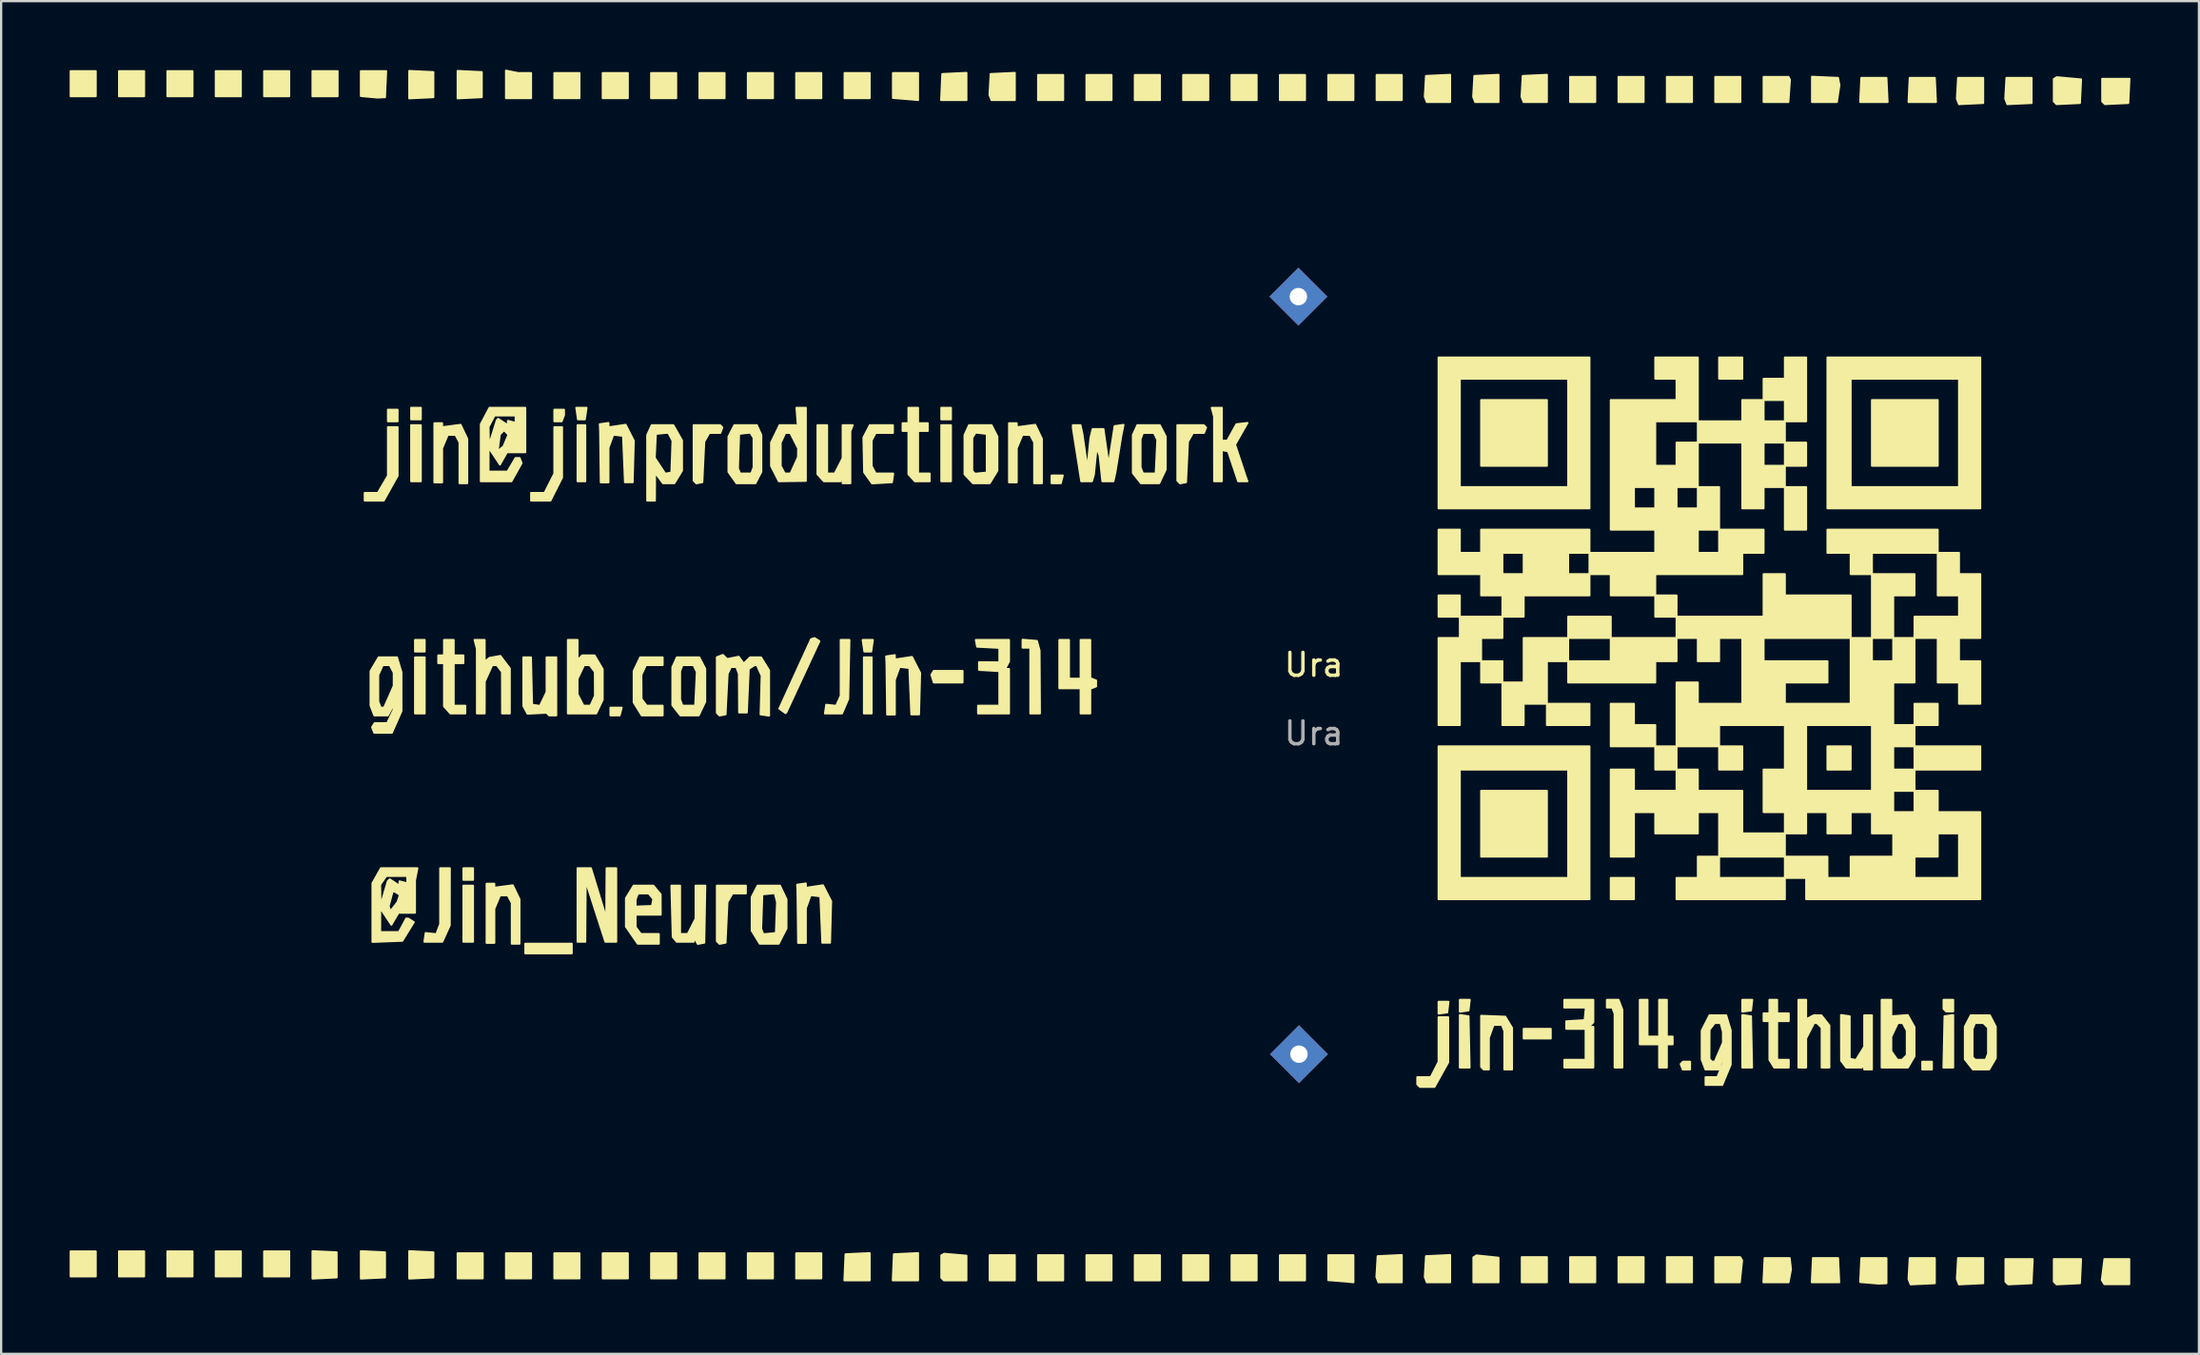
<source format=kicad_pcb>
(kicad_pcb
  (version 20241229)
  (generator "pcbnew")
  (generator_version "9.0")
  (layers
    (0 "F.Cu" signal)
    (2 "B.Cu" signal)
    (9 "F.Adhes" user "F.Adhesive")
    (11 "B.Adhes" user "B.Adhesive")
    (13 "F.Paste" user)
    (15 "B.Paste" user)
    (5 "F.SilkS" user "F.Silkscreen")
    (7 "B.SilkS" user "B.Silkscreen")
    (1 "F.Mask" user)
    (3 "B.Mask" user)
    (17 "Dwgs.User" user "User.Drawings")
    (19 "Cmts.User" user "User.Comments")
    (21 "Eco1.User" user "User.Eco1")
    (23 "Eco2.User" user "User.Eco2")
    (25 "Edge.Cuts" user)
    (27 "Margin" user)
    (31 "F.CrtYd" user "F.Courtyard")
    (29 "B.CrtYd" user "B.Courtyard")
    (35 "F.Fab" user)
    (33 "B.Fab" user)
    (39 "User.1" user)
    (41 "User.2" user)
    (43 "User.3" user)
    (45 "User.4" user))
  (footprint "Ura"
    (layer "F.Cu")
    (at 54.484 26.565)
    (property "Reference" "Ura" (at 0 -0.5 0) (unlocked yes) (layer "F.SilkS") (effects (font (size 1 1) (thickness 0.15))))
    (attr through_hole)
    (fp_poly (pts (xy -53.34 -25.4) (xy -54.441 -25.4) (xy -54.441 -26.501) (xy -53.34 -26.501)) (stroke (width 0.085) (type solid)) (fill yes) (layer "F.SilkS"))
    (fp_poly (pts (xy -53.34 26.285) (xy -54.441 26.285) (xy -54.441 25.184) (xy -53.34 25.184)) (stroke (width 0.085) (type solid)) (fill yes) (layer "F.SilkS"))
    (fp_poly (pts (xy -51.222 -25.4) (xy -52.323 -25.4) (xy -52.323 -26.501) (xy -51.222 -26.501)) (stroke (width 0.085) (type solid)) (fill yes) (layer "F.SilkS"))
    (fp_poly (pts (xy -51.222 26.285) (xy -52.323 26.285) (xy -52.323 25.184) (xy -51.222 25.184)) (stroke (width 0.085) (type solid)) (fill yes) (layer "F.SilkS"))
    (fp_poly (pts (xy -49.103 -25.4) (xy -50.205 -25.4) (xy -50.205 -26.501) (xy -49.103 -26.501)) (stroke (width 0.085) (type solid)) (fill yes) (layer "F.SilkS"))
    (fp_poly (pts (xy -49.103 26.285) (xy -50.205 26.285) (xy -50.205 25.184) (xy -49.103 25.184)) (stroke (width 0.085) (type solid)) (fill yes) (layer "F.SilkS"))
    (fp_poly (pts (xy -46.985 -25.4) (xy -48.087 -25.4) (xy -48.087 -26.501) (xy -46.985 -26.501)) (stroke (width 0.085) (type solid)) (fill yes) (layer "F.SilkS"))
    (fp_poly (pts (xy -46.985 26.285) (xy -48.087 26.285) (xy -48.087 25.184) (xy -46.985 25.184)) (stroke (width 0.085) (type solid)) (fill yes) (layer "F.SilkS"))
    (fp_poly (pts (xy -44.867 -25.4) (xy -45.968 -25.4) (xy -45.968 -26.501) (xy -44.867 -26.501)) (stroke (width 0.085) (type solid)) (fill yes) (layer "F.SilkS"))
    (fp_poly (pts (xy -44.867 26.285) (xy -45.968 26.285) (xy -45.968 25.184) (xy -44.867 25.184)) (stroke (width 0.085) (type solid)) (fill yes) (layer "F.SilkS"))
    (fp_poly (pts (xy -42.749 -25.4) (xy -43.85 -25.4) (xy -43.85 -26.501) (xy -42.749 -26.501)) (stroke (width 0.085) (type solid)) (fill yes) (layer "F.SilkS"))
    (fp_poly (pts (xy -40.122 -11.165) (xy -40.546 -11.165) (xy -40.546 -11.674) (xy -40.122 -11.674)) (stroke (width 0.085) (type solid)) (fill yes) (layer "F.SilkS"))
    (fp_poly (pts (xy -39.105 -11.25) (xy -39.529 -11.25) (xy -39.529 -11.758) (xy -39.105 -11.758)) (stroke (width 0.085) (type solid)) (fill yes) (layer "F.SilkS"))
    (fp_poly (pts (xy -39.105 -8.539) (xy -39.529 -8.539) (xy -39.529 -10.996) (xy -39.105 -10.996)) (stroke (width 0.085) (type solid)) (fill yes) (layer "F.SilkS"))
    (fp_poly (pts (xy -38.936 -1.082) (xy -39.36 -1.082) (xy -39.36 -1.591) (xy -38.936 -1.591)) (stroke (width 0.085) (type solid)) (fill yes) (layer "F.SilkS"))
    (fp_poly (pts (xy -38.936 1.629) (xy -39.36 1.629) (xy -39.36 -0.828) (xy -38.936 -0.828)) (stroke (width 0.085) (type solid)) (fill yes) (layer "F.SilkS"))
    (fp_poly (pts (xy -36.818 8.916) (xy -37.241 8.916) (xy -37.241 8.407) (xy -36.818 8.407)) (stroke (width 0.085) (type solid)) (fill yes) (layer "F.SilkS"))
    (fp_poly (pts (xy -36.818 11.627) (xy -37.241 11.627) (xy -37.241 9.17) (xy -36.818 9.17)) (stroke (width 0.085) (type solid)) (fill yes) (layer "F.SilkS"))
    (fp_poly (pts (xy -36.394 26.37) (xy -37.495 26.37) (xy -37.495 25.269) (xy -36.394 25.269)) (stroke (width 0.085) (type solid)) (fill yes) (layer "F.SilkS"))
    (fp_poly (pts (xy -34.276 26.37) (xy -35.377 26.37) (xy -35.377 25.269) (xy -34.276 25.269)) (stroke (width 0.085) (type solid)) (fill yes) (layer "F.SilkS"))
    (fp_poly (pts (xy -32.496 12.135) (xy -34.53 12.135) (xy -34.53 11.712) (xy -32.496 11.712)) (stroke (width 0.085) (type solid)) (fill yes) (layer "F.SilkS"))
    (fp_poly (pts (xy -32.157 -25.315) (xy -33.259 -25.315) (xy -33.259 -26.417) (xy -32.157 -26.417)) (stroke (width 0.085) (type solid)) (fill yes) (layer "F.SilkS"))
    (fp_poly (pts (xy -32.157 26.37) (xy -33.259 26.37) (xy -33.259 25.269) (xy -32.157 25.269)) (stroke (width 0.085) (type solid)) (fill yes) (layer "F.SilkS"))
    (fp_poly (pts (xy -31.903 -8.539) (xy -32.242 -8.539) (xy -32.242 -10.996) (xy -31.903 -10.996)) (stroke (width 0.085) (type solid)) (fill yes) (layer "F.SilkS"))
    (fp_poly (pts (xy -30.039 -25.315) (xy -31.141 -25.315) (xy -31.141 -26.417) (xy -30.039 -26.417)) (stroke (width 0.085) (type solid)) (fill yes) (layer "F.SilkS"))
    (fp_poly (pts (xy -30.039 26.37) (xy -31.141 26.37) (xy -31.141 25.269) (xy -30.039 25.269)) (stroke (width 0.085) (type solid)) (fill yes) (layer "F.SilkS"))
    (fp_poly (pts (xy -27.921 -25.315) (xy -29.022 -25.315) (xy -29.022 -26.417) (xy -27.921 -26.417)) (stroke (width 0.085) (type solid)) (fill yes) (layer "F.SilkS"))
    (fp_poly (pts (xy -27.921 26.37) (xy -29.022 26.37) (xy -29.022 25.269) (xy -27.921 25.269)) (stroke (width 0.085) (type solid)) (fill yes) (layer "F.SilkS"))
    (fp_poly (pts (xy -25.803 -25.315) (xy -26.904 -25.315) (xy -26.904 -26.417) (xy -25.803 -26.417)) (stroke (width 0.085) (type solid)) (fill yes) (layer "F.SilkS"))
    (fp_poly (pts (xy -25.803 26.37) (xy -26.904 26.37) (xy -26.904 25.269) (xy -25.803 25.269)) (stroke (width 0.085) (type solid)) (fill yes) (layer "F.SilkS"))
    (fp_poly (pts (xy -23.684 -25.315) (xy -24.786 -25.315) (xy -24.786 -26.417) (xy -23.684 -26.417)) (stroke (width 0.085) (type solid)) (fill yes) (layer "F.SilkS"))
    (fp_poly (pts (xy -23.684 26.37) (xy -24.786 26.37) (xy -24.786 25.269) (xy -23.684 25.269)) (stroke (width 0.085) (type solid)) (fill yes) (layer "F.SilkS"))
    (fp_poly (pts (xy -19.448 -25.315) (xy -20.549 -25.315) (xy -20.549 -26.417) (xy -19.448 -26.417)) (stroke (width 0.085) (type solid)) (fill yes) (layer "F.SilkS"))
    (fp_poly (pts (xy -19.363 1.629) (xy -19.702 1.629) (xy -19.702 -0.828) (xy -19.363 -0.828)) (stroke (width 0.085) (type solid)) (fill yes) (layer "F.SilkS"))
    (fp_poly (pts (xy -15.889 -11.25) (xy -16.313 -11.25) (xy -16.313 -11.758) (xy -15.889 -11.758)) (stroke (width 0.085) (type solid)) (fill yes) (layer "F.SilkS"))
    (fp_poly (pts (xy -15.889 -8.539) (xy -16.313 -8.539) (xy -16.313 -10.996) (xy -15.889 -10.996)) (stroke (width 0.085) (type solid)) (fill yes) (layer "F.SilkS"))
    (fp_poly (pts (xy -13.093 26.455) (xy -14.195 26.455) (xy -14.195 25.353) (xy -13.093 25.353)) (stroke (width 0.085) (type solid)) (fill yes) (layer "F.SilkS"))
    (fp_poly (pts (xy -10.975 -25.231) (xy -12.076 -25.231) (xy -12.076 -26.332) (xy -10.975 -26.332)) (stroke (width 0.085) (type solid)) (fill yes) (layer "F.SilkS"))
    (fp_poly (pts (xy -10.975 26.455) (xy -12.076 26.455) (xy -12.076 25.353) (xy -10.975 25.353)) (stroke (width 0.085) (type solid)) (fill yes) (layer "F.SilkS"))
    (fp_poly (pts (xy -8.857 -25.231) (xy -9.958 -25.231) (xy -9.958 -26.332) (xy -8.857 -26.332)) (stroke (width 0.085) (type solid)) (fill yes) (layer "F.SilkS"))
    (fp_poly (pts (xy -8.857 26.455) (xy -9.958 26.455) (xy -9.958 25.353) (xy -8.857 25.353)) (stroke (width 0.085) (type solid)) (fill yes) (layer "F.SilkS"))
    (fp_poly (pts (xy -6.738 -25.231) (xy -7.84 -25.231) (xy -7.84 -26.332) (xy -6.738 -26.332)) (stroke (width 0.085) (type solid)) (fill yes) (layer "F.SilkS"))
    (fp_poly (pts (xy -6.738 26.455) (xy -7.84 26.455) (xy -7.84 25.353) (xy -6.738 25.353)) (stroke (width 0.085) (type solid)) (fill yes) (layer "F.SilkS"))
    (fp_poly (pts (xy -4.62 -25.231) (xy -5.722 -25.231) (xy -5.722 -26.332) (xy -4.62 -26.332)) (stroke (width 0.085) (type solid)) (fill yes) (layer "F.SilkS"))
    (fp_poly (pts (xy -4.62 26.455) (xy -5.722 26.455) (xy -5.722 25.353) (xy -4.62 25.353)) (stroke (width 0.085) (type solid)) (fill yes) (layer "F.SilkS"))
    (fp_poly (pts (xy -2.502 -25.231) (xy -3.603 -25.231) (xy -3.603 -26.332) (xy -2.502 -26.332)) (stroke (width 0.085) (type solid)) (fill yes) (layer "F.SilkS"))
    (fp_poly (pts (xy -2.502 26.455) (xy -3.603 26.455) (xy -3.603 25.353) (xy -2.502 25.353)) (stroke (width 0.085) (type solid)) (fill yes) (layer "F.SilkS"))
    (fp_poly (pts (xy -0.384 -25.231) (xy -1.485 -25.231) (xy -1.485 -26.332) (xy -0.384 -26.332)) (stroke (width 0.085) (type solid)) (fill yes) (layer "F.SilkS"))
    (fp_poly (pts (xy -0.384 26.455) (xy -1.485 26.455) (xy -1.485 25.353) (xy -0.384 25.353)) (stroke (width 0.085) (type solid)) (fill yes) (layer "F.SilkS"))
    (fp_poly (pts (xy 1.735 -25.231) (xy 0.633 -25.231) (xy 0.633 -26.332) (xy 1.735 -26.332)) (stroke (width 0.085) (type solid)) (fill yes) (layer "F.SilkS"))
    (fp_poly (pts (xy 3.853 -25.231) (xy 2.751 -25.231) (xy 2.751 -26.332) (xy 3.853 -26.332)) (stroke (width 0.085) (type solid)) (fill yes) (layer "F.SilkS"))
    (fp_poly (pts (xy 6.395 -2.608) (xy 5.463 -2.608) (xy 5.463 -3.54) (xy 6.395 -3.54)) (stroke (width 0.085) (type solid)) (fill yes) (layer "F.SilkS"))
    (fp_poly (pts (xy 8.259 0.273) (xy 7.327 0.273) (xy 7.327 -0.659) (xy 8.259 -0.659)) (stroke (width 0.085) (type solid)) (fill yes) (layer "F.SilkS"))
    (fp_poly (pts (xy 10.208 -9.217) (xy 7.327 -9.217) (xy 7.327 -12.097) (xy 10.208 -12.097)) (stroke (width 0.085) (type solid)) (fill yes) (layer "F.SilkS"))
    (fp_poly (pts (xy 10.208 7.899) (xy 7.327 7.899) (xy 7.327 5.018) (xy 10.208 5.018)) (stroke (width 0.085) (type solid)) (fill yes) (layer "F.SilkS"))
    (fp_poly (pts (xy 10.208 26.54) (xy 9.106 26.54) (xy 9.106 25.438) (xy 10.208 25.438)) (stroke (width 0.085) (type solid)) (fill yes) (layer "F.SilkS"))
    (fp_poly (pts (xy 12.072 2.137) (xy 10.208 2.137) (xy 10.208 1.205) (xy 12.072 1.205)) (stroke (width 0.085) (type solid)) (fill yes) (layer "F.SilkS"))
    (fp_poly (pts (xy 12.326 -25.146) (xy 11.224 -25.146) (xy 11.224 -26.247) (xy 12.326 -26.247)) (stroke (width 0.085) (type solid)) (fill yes) (layer "F.SilkS"))
    (fp_poly (pts (xy 12.326 26.54) (xy 11.224 26.54) (xy 11.224 25.438) (xy 12.326 25.438)) (stroke (width 0.085) (type solid)) (fill yes) (layer "F.SilkS"))
    (fp_poly (pts (xy 14.02 9.763) (xy 13.004 9.763) (xy 13.004 8.831) (xy 14.02 8.831)) (stroke (width 0.085) (type solid)) (fill yes) (layer "F.SilkS"))
    (fp_poly (pts (xy 14.444 -25.146) (xy 13.343 -25.146) (xy 13.343 -26.247) (xy 14.444 -26.247)) (stroke (width 0.085) (type solid)) (fill yes) (layer "F.SilkS"))
    (fp_poly (pts (xy 14.444 26.54) (xy 13.343 26.54) (xy 13.343 25.438) (xy 14.444 25.438)) (stroke (width 0.085) (type solid)) (fill yes) (layer "F.SilkS"))
    (fp_poly (pts (xy 15.885 3.069) (xy 15.885 3.069) (xy 15.885 3.069) (xy 15.885 3.069)) (stroke (width 0.085) (type solid)) (fill yes) (layer "F.SilkS"))
    (fp_poly (pts (xy 16.562 -25.146) (xy 15.461 -25.146) (xy 15.461 -26.247) (xy 16.562 -26.247)) (stroke (width 0.085) (type solid)) (fill yes) (layer "F.SilkS"))
    (fp_poly (pts (xy 16.562 26.54) (xy 15.461 26.54) (xy 15.461 25.438) (xy 16.562 25.438)) (stroke (width 0.085) (type solid)) (fill yes) (layer "F.SilkS"))
    (fp_poly (pts (xy 18.681 -25.146) (xy 17.579 -25.146) (xy 17.579 -26.247) (xy 18.681 -26.247)) (stroke (width 0.085) (type solid)) (fill yes) (layer "F.SilkS"))
    (fp_poly (pts (xy 18.765 -13.029) (xy 17.749 -13.029) (xy 17.749 -13.961) (xy 18.765 -13.961)) (stroke (width 0.085) (type solid)) (fill yes) (layer "F.SilkS"))
    (fp_poly (pts (xy 18.765 4.086) (xy 17.749 4.086) (xy 17.749 3.069) (xy 18.765 3.069)) (stroke (width 0.085) (type solid)) (fill yes) (layer "F.SilkS"))
    (fp_poly (pts (xy 21.561 -6.42) (xy 20.629 -6.42) (xy 20.629 -8.285) (xy 21.561 -8.285)) (stroke (width 0.085) (type solid)) (fill yes) (layer "F.SilkS"))
    (fp_poly (pts (xy 23.51 4.086) (xy 22.493 4.086) (xy 22.493 3.069) (xy 23.51 3.069)) (stroke (width 0.085) (type solid)) (fill yes) (layer "F.SilkS"))
    (fp_poly (pts (xy 24.442 -4.472) (xy 24.442 -4.472) (xy 24.442 -4.472) (xy 24.442 -4.472)) (stroke (width 0.085) (type solid)) (fill yes) (layer "F.SilkS"))
    (fp_poly (pts (xy 24.442 -1.676) (xy 24.442 -1.676) (xy 24.442 -1.676) (xy 24.442 -1.676)) (stroke (width 0.085) (type solid)) (fill yes) (layer "F.SilkS"))
    (fp_poly (pts (xy 26.306 -1.676) (xy 26.306 -1.676) (xy 26.306 -1.676) (xy 26.306 -1.676)) (stroke (width 0.085) (type solid)) (fill yes) (layer "F.SilkS"))
    (fp_poly (pts (xy 27.069 17.219) (xy 26.645 17.219) (xy 26.645 16.88) (xy 27.069 16.88)) (stroke (width 0.085) (type solid)) (fill yes) (layer "F.SilkS"))
    (fp_poly (pts (xy 27.323 2.137) (xy 26.306 2.137) (xy 26.306 1.205) (xy 27.323 1.205)) (stroke (width 0.085) (type solid)) (fill yes) (layer "F.SilkS"))
    (fp_poly (pts (xy 27.323 -9.217) (xy 24.442 -9.217) (xy 24.442 -12.097) (xy 27.323 -12.097)) (stroke (width 0.085) (type solid)) (fill yes) (layer "F.SilkS"))
    (fp_poly (pts (xy 29.187 4.086) (xy 26.306 4.086) (xy 26.306 3.069) (xy 29.187 3.069)) (stroke (width 0.085) (type solid)) (fill yes) (layer "F.SilkS"))
    (fp_poly (pts (xy -21.566 -25.315) (xy -22.668 -25.315) (xy -22.668 -25.866) (xy -22.668 -26.417) (xy -21.566 -26.417)) (stroke (width 0.085) (type solid)) (fill yes) (layer "F.SilkS"))
    (fp_poly (pts (xy -21.566 26.37) (xy -22.668 26.37) (xy -22.668 25.819) (xy -22.668 25.269) (xy -21.566 25.269)) (stroke (width 0.085) (type solid)) (fill yes) (layer "F.SilkS"))
    (fp_poly (pts (xy -19.448 26.455) (xy -20.557 26.455) (xy -20.532 25.883) (xy -20.507 25.311) (xy -19.448 25.261)) (stroke (width 0.085) (type solid)) (fill yes) (layer "F.SilkS"))
    (fp_poly (pts (xy -19.382 -1.082) (xy -19.683 -1.082) (xy -19.72 -1.337) (xy -19.758 -1.591) (xy -19.308 -1.591)) (stroke (width 0.085) (type solid)) (fill yes) (layer "F.SilkS"))
    (fp_poly (pts (xy -17.33 26.455) (xy -18.439 26.455) (xy -18.414 25.883) (xy -18.389 25.311) (xy -17.33 25.261)) (stroke (width 0.085) (type solid)) (fill yes) (layer "F.SilkS"))
    (fp_poly (pts (xy 5.844 14.72) (xy 5.653 14.747) (xy 5.463 14.774) (xy 5.463 14.254) (xy 5.898 14.254)) (stroke (width 0.085) (type solid)) (fill yes) (layer "F.SilkS"))
    (fp_poly (pts (xy 6.776 14.635) (xy 6.585 14.662) (xy 6.395 14.689) (xy 6.395 14.169) (xy 6.83 14.169)) (stroke (width 0.085) (type solid)) (fill yes) (layer "F.SilkS"))
    (fp_poly (pts (xy 10.377 15.864) (xy 9.191 15.864) (xy 9.191 15.652) (xy 9.191 15.44) (xy 10.377 15.44)) (stroke (width 0.085) (type solid)) (fill yes) (layer "F.SilkS"))
    (fp_poly (pts (xy 19.147 14.635) (xy 18.956 14.662) (xy 18.765 14.689) (xy 18.765 14.169) (xy 19.2 14.169)) (stroke (width 0.085) (type solid)) (fill yes) (layer "F.SilkS"))
    (fp_poly (pts (xy -43.321 25.201) (xy -42.791 25.226) (xy -42.791 26.328) (xy -43.321 26.353) (xy -43.85 26.378) (xy -43.85 25.176)) (stroke (width 0.085) (type solid)) (fill yes) (layer "F.SilkS"))
    (fp_poly (pts (xy -41.202 25.201) (xy -40.673 25.226) (xy -40.673 26.328) (xy -41.202 26.353) (xy -41.732 26.378) (xy -41.732 25.176)) (stroke (width 0.085) (type solid)) (fill yes) (layer "F.SilkS"))
    (fp_poly (pts (xy -39.084 -26.484) (xy -38.555 -26.459) (xy -38.555 -25.358) (xy -39.084 -25.332) (xy -39.614 -25.307) (xy -39.614 -26.51)) (stroke (width 0.085) (type solid)) (fill yes) (layer "F.SilkS"))
    (fp_poly (pts (xy -39.084 25.201) (xy -38.555 25.226) (xy -38.555 26.328) (xy -39.084 26.353) (xy -39.614 26.378) (xy -39.614 25.176)) (stroke (width 0.085) (type solid)) (fill yes) (layer "F.SilkS"))
    (fp_poly (pts (xy -36.966 -26.484) (xy -36.436 -26.459) (xy -36.436 -25.358) (xy -36.966 -25.332) (xy -37.495 -25.307) (xy -37.495 -26.51)) (stroke (width 0.085) (type solid)) (fill yes) (layer "F.SilkS"))
    (fp_poly (pts (xy -32.835 -11.433) (xy -32.887 -11.299) (xy -32.938 -11.165) (xy -33.259 -11.165) (xy -33.259 -11.674) (xy -32.835 -11.674)) (stroke (width 0.085) (type solid)) (fill yes) (layer "F.SilkS"))
    (fp_poly (pts (xy -31.885 -11.504) (xy -31.923 -11.25) (xy -32.223 -11.25) (xy -32.26 -11.504) (xy -32.298 -11.758) (xy -31.848 -11.758)) (stroke (width 0.085) (type solid)) (fill yes) (layer "F.SilkS"))
    (fp_poly (pts (xy -30.354 1.544) (xy -30.398 1.714) (xy -30.802 1.714) (xy -30.802 1.544) (xy -30.802 1.375) (xy -30.309 1.375)) (stroke (width 0.085) (type solid)) (fill yes) (layer "F.SilkS"))
    (fp_poly (pts (xy -15.381 0.273) (xy -16.64 0.273) (xy -16.694 0.105) (xy -16.747 -0.064) (xy -16.642 -0.235) (xy -15.381 -0.235)) (stroke (width 0.085) (type solid)) (fill yes) (layer "F.SilkS"))
    (fp_poly (pts (xy -15.211 -25.231) (xy -16.321 -25.231) (xy -16.296 -25.802) (xy -16.271 -26.374) (xy -15.741 -26.4) (xy -15.211 -26.425)) (stroke (width 0.085) (type solid)) (fill yes) (layer "F.SilkS"))
    (fp_poly (pts (xy -11.035 -8.623) (xy -11.079 -8.454) (xy -11.483 -8.454) (xy -11.483 -8.623) (xy -11.483 -8.793) (xy -10.991 -8.793)) (stroke (width 0.085) (type solid)) (fill yes) (layer "F.SilkS"))
    (fp_poly (pts (xy 6.776 14.889) (xy 6.8 16.012) (xy 6.823 17.135) (xy 6.395 17.135) (xy 6.395 15.985) (xy 6.395 14.835)) (stroke (width 0.085) (type solid)) (fill yes) (layer "F.SilkS"))
    (fp_poly (pts (xy 19.147 14.889) (xy 19.17 16.012) (xy 19.194 17.135) (xy 18.765 17.135) (xy 18.765 15.985) (xy 18.765 14.835)) (stroke (width 0.085) (type solid)) (fill yes) (layer "F.SilkS"))
    (fp_poly (pts (xy 22.985 26.01) (xy 23.01 26.54) (xy 21.808 26.54) (xy 21.833 26.01) (xy 21.858 25.48) (xy 22.96 25.48)) (stroke (width 0.085) (type solid)) (fill yes) (layer "F.SilkS"))
    (fp_poly (pts (xy 25.103 -25.675) (xy 25.128 -25.146) (xy 23.926 -25.146) (xy 23.951 -25.675) (xy 23.976 -26.205) (xy 25.078 -26.205)) (stroke (width 0.085) (type solid)) (fill yes) (layer "F.SilkS"))
    (fp_poly (pts (xy 26.306 -3.54) (xy 25.374 -3.54) (xy 25.374 -1.676) (xy 24.442 -1.676) (xy 24.442 -4.472) (xy 26.306 -4.472)) (stroke (width 0.085) (type solid)) (fill yes) (layer "F.SilkS"))
    (fp_poly (pts (xy 27.221 -25.675) (xy 27.246 -25.146) (xy 26.044 -25.146) (xy 26.069 -25.675) (xy 26.095 -26.205) (xy 27.196 -26.205)) (stroke (width 0.085) (type solid)) (fill yes) (layer "F.SilkS"))
    (fp_poly (pts (xy 28.001 14.677) (xy 27.69 14.677) (xy 27.634 14.621) (xy 27.577 14.564) (xy 27.577 14.169) (xy 28.001 14.169)) (stroke (width 0.085) (type solid)) (fill yes) (layer "F.SilkS"))
    (fp_poly (pts (xy 28.001 17.135) (xy 27.572 17.135) (xy 27.596 16.012) (xy 27.62 14.889) (xy 27.81 14.862) (xy 28.001 14.835)) (stroke (width 0.085) (type solid)) (fill yes) (layer "F.SilkS"))
    (fp_poly (pts (xy -35.112 -26.47) (xy -34.848 -26.417) (xy -34.276 -26.417) (xy -34.276 -25.315) (xy -35.377 -25.315) (xy -35.377 -25.919) (xy -35.377 -26.523)) (stroke (width 0.085) (type solid)) (fill yes) (layer "F.SilkS"))
    (fp_poly (pts (xy -17.33 -25.231) (xy -17.478 -25.246) (xy -17.626 -25.261) (xy -18.029 -25.293) (xy -18.431 -25.325) (xy -18.431 -26.417) (xy -17.33 -26.417)) (stroke (width 0.085) (type solid)) (fill yes) (layer "F.SilkS"))
    (fp_poly (pts (xy 1.735 26.54) (xy 1.586 26.524) (xy 1.438 26.509) (xy 1.036 26.477) (xy 0.633 26.446) (xy 0.633 25.353) (xy 1.735 25.353)) (stroke (width 0.085) (type solid)) (fill yes) (layer "F.SilkS"))
    (fp_poly (pts (xy 7.608 25.412) (xy 8.089 25.462) (xy 8.089 26.54) (xy 6.988 26.54) (xy 6.988 25.448) (xy 7.057 25.405) (xy 7.126 25.362)) (stroke (width 0.085) (type solid)) (fill yes) (layer "F.SilkS"))
    (fp_poly (pts (xy 16.478 17.219) (xy 16.157 17.219) (xy 16.111 17.1) (xy 16.066 16.982) (xy 16.116 16.931) (xy 16.167 16.88) (xy 16.478 16.88)) (stroke (width 0.085) (type solid)) (fill yes) (layer "F.SilkS"))
    (fp_poly (pts (xy 18.713 25.507) (xy 18.756 25.577) (xy 18.707 26.058) (xy 18.657 26.54) (xy 17.579 26.54) (xy 17.579 25.438) (xy 18.671 25.438)) (stroke (width 0.085) (type solid)) (fill yes) (layer "F.SilkS"))
    (fp_poly (pts (xy 29.314 -25.103) (xy 28.253 -25.053) (xy 28.207 -25.173) (xy 28.161 -25.293) (xy 28.187 -25.749) (xy 28.213 -26.205) (xy 29.314 -26.205)) (stroke (width 0.085) (type solid)) (fill yes) (layer "F.SilkS"))
    (fp_poly (pts (xy 33.551 26.582) (xy 33.039 26.607) (xy 32.527 26.631) (xy 32.467 26.571) (xy 32.407 26.511) (xy 32.407 25.523) (xy 33.601 25.523)) (stroke (width 0.085) (type solid)) (fill yes) (layer "F.SilkS"))
    (fp_poly (pts (xy 35.711 26.624) (xy 34.62 26.624) (xy 34.564 26.533) (xy 34.507 26.442) (xy 34.565 25.982) (xy 34.622 25.523) (xy 35.711 25.523)) (stroke (width 0.085) (type solid)) (fill yes) (layer "F.SilkS"))
    (fp_poly (pts (xy -13.093 -25.231) (xy -14.115 -25.231) (xy -14.16 -25.347) (xy -14.204 -25.463) (xy -14.178 -25.918) (xy -14.152 -26.374) (xy -13.623 -26.4) (xy -13.093 -26.425)) (stroke (width 0.085) (type solid)) (fill yes) (layer "F.SilkS"))
    (fp_poly (pts (xy 3.853 26.54) (xy 2.831 26.54) (xy 2.786 26.424) (xy 2.742 26.308) (xy 2.768 25.852) (xy 2.794 25.396) (xy 3.323 25.37) (xy 3.853 25.345)) (stroke (width 0.085) (type solid)) (fill yes) (layer "F.SilkS"))
    (fp_poly (pts (xy 5.971 -25.146) (xy 4.949 -25.146) (xy 4.905 -25.262) (xy 4.86 -25.378) (xy 4.886 -25.834) (xy 4.912 -26.29) (xy 5.442 -26.315) (xy 5.971 -26.34)) (stroke (width 0.085) (type solid)) (fill yes) (layer "F.SilkS"))
    (fp_poly (pts (xy 5.971 26.54) (xy 4.949 26.54) (xy 4.905 26.424) (xy 4.86 26.308) (xy 4.886 25.852) (xy 4.912 25.396) (xy 5.442 25.37) (xy 5.971 25.345)) (stroke (width 0.085) (type solid)) (fill yes) (layer "F.SilkS"))
    (fp_poly (pts (xy 8.089 -25.146) (xy 7.067 -25.146) (xy 7.023 -25.262) (xy 6.978 -25.378) (xy 7.004 -25.834) (xy 7.03 -26.29) (xy 7.56 -26.315) (xy 8.089 -26.34)) (stroke (width 0.085) (type solid)) (fill yes) (layer "F.SilkS"))
    (fp_poly (pts (xy 10.208 -25.146) (xy 9.186 -25.146) (xy 9.141 -25.262) (xy 9.097 -25.378) (xy 9.122 -25.834) (xy 9.148 -26.29) (xy 9.678 -26.315) (xy 10.208 -26.34)) (stroke (width 0.085) (type solid)) (fill yes) (layer "F.SilkS"))
    (fp_poly (pts (xy 20.82 -26.184) (xy 20.851 -26.12) (xy 20.817 -25.633) (xy 20.783 -25.146) (xy 19.697 -25.146) (xy 19.697 -25.697) (xy 19.697 -26.247) (xy 20.789 -26.247)) (stroke (width 0.085) (type solid)) (fill yes) (layer "F.SilkS"))
    (fp_poly (pts (xy 20.869 25.727) (xy 20.897 25.973) (xy 20.844 26.256) (xy 20.791 26.54) (xy 19.689 26.54) (xy 19.715 26.01) (xy 19.74 25.48) (xy 20.841 25.48)) (stroke (width 0.085) (type solid)) (fill yes) (layer "F.SilkS"))
    (fp_poly (pts (xy 27.196 26.582) (xy 26.665 26.607) (xy 26.135 26.632) (xy 26.089 26.512) (xy 26.043 26.392) (xy 26.069 25.936) (xy 26.095 25.48) (xy 27.196 25.48)) (stroke (width 0.085) (type solid)) (fill yes) (layer "F.SilkS"))
    (fp_poly (pts (xy 27.323 -5.404) (xy 24.442 -5.404) (xy 24.442 -4.472) (xy 23.51 -4.472) (xy 23.51 -5.404) (xy 22.493 -5.404) (xy 22.493 -6.42) (xy 27.323 -6.42)) (stroke (width 0.085) (type solid)) (fill yes) (layer "F.SilkS"))
    (fp_poly (pts (xy 29.314 26.582) (xy 28.784 26.607) (xy 28.253 26.632) (xy 28.207 26.512) (xy 28.161 26.392) (xy 28.187 25.936) (xy 28.213 25.48) (xy 29.314 25.48)) (stroke (width 0.085) (type solid)) (fill yes) (layer "F.SilkS"))
    (fp_poly (pts (xy 31.433 -25.103) (xy 30.902 -25.078) (xy 30.371 -25.053) (xy 30.325 -25.173) (xy 30.279 -25.293) (xy 30.305 -25.749) (xy 30.331 -26.205) (xy 31.433 -26.205)) (stroke (width 0.085) (type solid)) (fill yes) (layer "F.SilkS"))
    (fp_poly (pts (xy 31.458 26.052) (xy 31.433 26.582) (xy 30.921 26.607) (xy 30.409 26.631) (xy 30.349 26.571) (xy 30.289 26.511) (xy 30.289 25.523) (xy 31.483 25.523)) (stroke (width 0.085) (type solid)) (fill yes) (layer "F.SilkS"))
    (fp_poly (pts (xy 35.694 -25.633) (xy 35.669 -25.103) (xy 35.157 -25.079) (xy 34.645 -25.054) (xy 34.585 -25.114) (xy 34.525 -25.174) (xy 34.525 -26.163) (xy 35.719 -26.163)) (stroke (width 0.085) (type solid)) (fill yes) (layer "F.SilkS"))
    (fp_poly (pts (xy -40.648 -25.93) (xy -40.673 -25.358) (xy -40.842 -25.35) (xy -41.012 -25.342) (xy -41.372 -25.376) (xy -41.372 -25.376) (xy -41.732 -25.41) (xy -41.732 -26.501) (xy -40.623 -26.501)) (stroke (width 0.085) (type solid)) (fill yes) (layer "F.SilkS"))
    (fp_poly (pts (xy -15.699 25.332) (xy -15.211 25.374) (xy -15.211 26.455) (xy -16.2 26.455) (xy -16.256 26.398) (xy -16.313 26.342) (xy -16.313 25.363) (xy -16.249 25.327) (xy -16.186 25.29)) (stroke (width 0.085) (type solid)) (fill yes) (layer "F.SilkS"))
    (fp_poly (pts (xy 22.387 -26.23) (xy 22.958 -26.205) (xy 22.988 -26.047) (xy 23.018 -25.888) (xy 22.962 -25.517) (xy 22.907 -25.146) (xy 21.816 -25.146) (xy 21.816 -25.7) (xy 21.816 -26.255)) (stroke (width 0.085) (type solid)) (fill yes) (layer "F.SilkS"))
    (fp_poly (pts (xy 25.078 26.582) (xy 24.908 26.589) (xy 24.739 26.597) (xy 24.332 26.563) (xy 24.332 26.563) (xy 23.926 26.53) (xy 23.951 26.005) (xy 23.976 25.48) (xy 25.078 25.48)) (stroke (width 0.085) (type solid)) (fill yes) (layer "F.SilkS"))
    (fp_poly (pts (xy -40.122 -8.778) (xy -40.426 -8.235) (xy -40.73 -7.691) (xy -41.563 -7.691) (xy -41.563 -8.03) (xy -40.985 -8.03) (xy -40.766 -8.406) (xy -40.546 -8.781) (xy -40.546 -10.911) (xy -40.122 -10.911)) (stroke (width 0.085) (type solid)) (fill yes) (layer "F.SilkS"))
    (fp_poly (pts (xy 13.512 14.604) (xy 13.512 17.135) (xy 13.173 17.135) (xy 13.173 15.955) (xy 13.173 14.776) (xy 13.122 14.642) (xy 13.07 14.508) (xy 12.834 14.508) (xy 12.834 14.169) (xy 13.347 14.169)) (stroke (width 0.085) (type solid)) (fill yes) (layer "F.SilkS"))
    (fp_poly (pts (xy -32.92 -8.703) (xy -33.175 -8.197) (xy -33.431 -7.691) (xy -34.276 -7.691) (xy -34.276 -7.861) (xy -34.276 -8.03) (xy -33.685 -8.03) (xy -33.472 -8.451) (xy -33.259 -8.872) (xy -33.259 -10.911) (xy -32.92 -10.911)) (stroke (width 0.085) (type solid)) (fill yes) (layer "F.SilkS"))
    (fp_poly (pts (xy -24.871 9.509) (xy -25.458 9.509) (xy -25.567 9.699) (xy -25.676 9.89) (xy -25.76 11.668) (xy -25.892 11.693) (xy -26.023 11.718) (xy -26.082 11.658) (xy -26.142 11.599) (xy -26.142 9.17) (xy -24.871 9.17)) (stroke (width 0.085) (type solid)) (fill yes) (layer "F.SilkS"))
    (fp_poly (pts (xy -12.44 -1.575) (xy -12.125 -1.548) (xy -12.067 -1.337) (xy -12.009 -1.125) (xy -12 0.252) (xy -11.992 1.629) (xy -12.415 1.629) (xy -12.415 0.189) (xy -12.415 -1.252) (xy -12.754 -1.252) (xy -12.754 -1.601)) (stroke (width 0.085) (type solid)) (fill yes) (layer "F.SilkS"))
    (fp_poly (pts (xy 12.072 -7.352) (xy 5.463 -7.352) (xy 5.463 -13.029) (xy 6.395 -13.029) (xy 6.395 -8.285) (xy 11.14 -8.285) (xy 11.14 -13.029) (xy 6.395 -13.029) (xy 5.463 -13.029) (xy 5.463 -13.961) (xy 12.072 -13.961)) (stroke (width 0.085) (type solid)) (fill yes) (layer "F.SilkS"))
    (fp_poly (pts (xy 12.072 9.763) (xy 5.463 9.763) (xy 5.463 4.086) (xy 6.395 4.086) (xy 6.395 8.831) (xy 11.14 8.831) (xy 11.14 4.086) (xy 6.395 4.086) (xy 5.463 4.086) (xy 5.463 3.069) (xy 12.072 3.069)) (stroke (width 0.085) (type solid)) (fill yes) (layer "F.SilkS"))
    (fp_poly (pts (xy 29.187 -7.352) (xy 22.493 -7.352) (xy 22.493 -13.029) (xy 23.51 -13.029) (xy 23.51 -8.285) (xy 28.255 -8.285) (xy 28.255 -13.029) (xy 23.51 -13.029) (xy 22.493 -13.029) (xy 22.493 -13.961) (xy 29.187 -13.961)) (stroke (width 0.085) (type solid)) (fill yes) (layer "F.SilkS"))
    (fp_poly (pts (xy 33.07 -26.186) (xy 33.601 -26.138) (xy 33.576 -25.621) (xy 33.551 -25.103) (xy 33.039 -25.079) (xy 32.527 -25.054) (xy 32.467 -25.114) (xy 32.407 -25.174) (xy 32.407 -26.153) (xy 32.473 -26.194) (xy 32.54 -26.235)) (stroke (width 0.085) (type solid)) (fill yes) (layer "F.SilkS"))
    (fp_poly (pts (xy -37.836 9.657) (xy -37.838 10.907) (xy -38.165 11.627) (xy -38.948 11.627) (xy -38.921 11.436) (xy -38.921 11.436) (xy -38.894 11.246) (xy -38.426 11.295) (xy -38.342 11.074) (xy -38.258 10.853) (xy -38.258 8.407) (xy -37.834 8.407)) (stroke (width 0.085) (type solid)) (fill yes) (layer "F.SilkS"))
    (fp_poly (pts (xy -21.756 -1.605) (xy -21.65 -1.538) (xy -22.375 0.021) (xy -23.099 1.58) (xy -23.117 1.598) (xy -23.134 1.615) (xy -23.27 1.516) (xy -23.405 1.417) (xy -22.711 -0.104) (xy -22.016 -1.624) (xy -21.94 -1.649) (xy -21.863 -1.673)) (stroke (width 0.085) (type solid)) (fill yes) (layer "F.SilkS"))
    (fp_poly (pts (xy 5.886 16.906) (xy 5.586 17.444) (xy 5.285 17.982) (xy 4.644 17.982) (xy 4.587 17.925) (xy 4.531 17.869) (xy 4.531 17.558) (xy 5.12 17.558) (xy 5.292 17.223) (xy 5.463 16.887) (xy 5.463 14.932) (xy 5.886 14.932)) (stroke (width 0.085) (type solid)) (fill yes) (layer "F.SilkS"))
    (fp_poly (pts (xy -20.362 -0.299) (xy -20.388 0.993) (xy -20.524 1.311) (xy -20.66 1.629) (xy -21.409 1.629) (xy -21.381 1.438) (xy -21.354 1.248) (xy -21.135 1.27) (xy -20.916 1.292) (xy -20.818 1.075) (xy -20.719 0.858) (xy -20.719 -1.591) (xy -20.336 -1.591)) (stroke (width 0.085) (type solid)) (fill yes) (layer "F.SilkS"))
    (fp_poly (pts (xy -30.548 11.627) (xy -31.023 11.627) (xy -31.454 10.293) (xy -31.885 8.958) (xy -31.894 10.293) (xy -31.903 11.627) (xy -32.242 11.627) (xy -32.242 8.407) (xy -31.655 8.407) (xy -31.35 9.403) (xy -31.045 10.398) (xy -30.985 10.568) (xy -30.978 9.488) (xy -30.971 8.407) (xy -30.548 8.407)) (stroke (width 0.085) (type solid)) (fill yes) (layer "F.SilkS"))
    (fp_poly (pts (xy -25.95 -10.945) (xy -25.899 -10.895) (xy -25.945 -10.776) (xy -25.99 -10.657) (xy -26.475 -10.657) (xy -26.583 -10.466) (xy -26.692 -10.276) (xy -26.735 -9.387) (xy -26.777 -8.498) (xy -26.908 -8.473) (xy -27.04 -8.448) (xy -27.099 -8.508) (xy -27.158 -8.567) (xy -27.158 -10.996) (xy -26 -10.996)) (stroke (width 0.085) (type solid)) (fill yes) (layer "F.SilkS"))
    (fp_poly (pts (xy -18.431 -10.657) (xy -19.188 -10.657) (xy -19.363 -10.329) (xy -19.363 -9.205) (xy -19.188 -8.878) (xy -18.419 -8.878) (xy -18.446 -8.687) (xy -18.474 -8.496) (xy -19.346 -8.446) (xy -19.519 -8.689) (xy -19.693 -8.933) (xy -19.708 -9.694) (xy -19.724 -10.454) (xy -19.444 -10.996) (xy -18.431 -10.996)) (stroke (width 0.085) (type solid)) (fill yes) (layer "F.SilkS"))
    (fp_poly (pts (xy -17.33 -11.081) (xy -16.906 -11.081) (xy -16.906 -10.742) (xy -17.33 -10.742) (xy -17.33 -8.878) (xy -16.821 -8.878) (xy -16.821 -8.539) (xy -17.473 -8.539) (xy -17.753 -8.849) (xy -17.753 -10.742) (xy -18.008 -10.742) (xy -18.008 -11.081) (xy -17.753 -11.081) (xy -17.753 -11.758) (xy -17.33 -11.758)) (stroke (width 0.085) (type solid)) (fill yes) (layer "F.SilkS"))
    (fp_poly (pts (xy -4.767 -10.945) (xy -4.717 -10.895) (xy -4.762 -10.776) (xy -4.808 -10.657) (xy -5.292 -10.657) (xy -5.401 -10.466) (xy -5.51 -10.276) (xy -5.552 -9.387) (xy -5.595 -8.498) (xy -5.726 -8.473) (xy -5.857 -8.448) (xy -5.916 -8.508) (xy -5.976 -8.567) (xy -5.976 -10.996) (xy -4.818 -10.996)) (stroke (width 0.085) (type solid)) (fill yes) (layer "F.SilkS"))
    (fp_poly (pts (xy 14.614 15.779) (xy 15.122 15.779) (xy 15.122 14.169) (xy 15.461 14.169) (xy 15.461 15.779) (xy 15.715 15.779) (xy 15.715 16.118) (xy 15.461 16.118) (xy 15.461 17.135) (xy 15.122 17.135) (xy 15.122 16.626) (xy 15.122 16.118) (xy 14.275 16.118) (xy 14.275 14.169) (xy 14.614 14.169)) (stroke (width 0.085) (type solid)) (fill yes) (layer "F.SilkS"))
    (fp_poly (pts (xy -37.665 -0.913) (xy -37.241 -0.913) (xy -37.241 -0.574) (xy -37.665 -0.574) (xy -37.665 1.29) (xy -37.157 1.29) (xy -37.157 1.629) (xy -37.808 1.629) (xy -37.948 1.474) (xy -38.089 1.319) (xy -38.089 -0.574) (xy -38.343 -0.574) (xy -38.343 -0.913) (xy -38.089 -0.913) (xy -38.089 -1.591) (xy -37.665 -1.591)) (stroke (width 0.085) (type solid)) (fill yes) (layer "F.SilkS"))
    (fp_poly (pts (xy -33.174 1.714) (xy -33.485 1.714) (xy -33.543 1.655) (xy -33.602 1.597) (xy -34.433 1.641) (xy -34.524 1.471) (xy -34.615 1.301) (xy -34.615 -0.828) (xy -34.281 -0.828) (xy -34.233 1.248) (xy -34.06 1.272) (xy -33.887 1.297) (xy -33.742 0.994) (xy -33.598 0.691) (xy -33.598 -0.828) (xy -33.174 -0.828)) (stroke (width 0.085) (type solid)) (fill yes) (layer "F.SilkS"))
    (fp_poly (pts (xy 20.291 14.762) (xy 20.799 14.762) (xy 20.799 15.101) (xy 20.291 15.101) (xy 20.291 16.796) (xy 20.799 16.796) (xy 20.799 17.135) (xy 20.162 17.135) (xy 20.057 16.966) (xy 19.952 16.798) (xy 19.952 15.101) (xy 19.697 15.101) (xy 19.697 14.762) (xy 19.952 14.762) (xy 19.952 14.169) (xy 20.291 14.169)) (stroke (width 0.085) (type solid)) (fill yes) (layer "F.SilkS"))
    (fp_poly (pts (xy -10.721 0.104) (xy -10.212 0.104) (xy -10.212 -1.591) (xy -9.789 -1.591) (xy -9.789 0.086) (xy -9.662 0.134) (xy -9.534 0.183) (xy -9.534 0.448) (xy -9.662 0.497) (xy -9.789 0.546) (xy -9.789 1.629) (xy -10.212 1.629) (xy -10.212 1.078) (xy -10.212 0.527) (xy -11.144 0.527) (xy -11.144 -1.591) (xy -10.721 -1.591)) (stroke (width 0.085) (type solid)) (fill yes) (layer "F.SilkS"))
    (fp_poly (pts (xy 12.241 15.152) (xy 12.139 15.254) (xy 12.038 15.355) (xy 12.241 15.355) (xy 12.241 17.135) (xy 10.97 17.135) (xy 10.97 16.796) (xy 11.902 16.796) (xy 11.902 15.44) (xy 11.055 15.44) (xy 11.055 15.11) (xy 11.457 15.084) (xy 11.86 15.059) (xy 11.913 14.508) (xy 10.97 14.508) (xy 10.97 14.169) (xy 12.241 14.169)) (stroke (width 0.085) (type solid)) (fill yes) (layer "F.SilkS"))
    (fp_poly (pts (xy 21.561 15.022) (xy 21.889 14.847) (xy 22.227 14.847) (xy 22.403 15.07) (xy 22.578 15.293) (xy 22.578 17.135) (xy 22.239 17.135) (xy 22.239 15.389) (xy 22.138 15.287) (xy 22.036 15.186) (xy 21.904 15.186) (xy 21.733 15.521) (xy 21.561 15.857) (xy 21.561 17.135) (xy 21.223 17.135) (xy 21.223 14.169) (xy 21.561 14.169)) (stroke (width 0.085) (type solid)) (fill yes) (layer "F.SilkS"))
    (fp_poly (pts (xy -38.173 -10.905) (xy -37.769 -10.959) (xy -37.365 -11.012) (xy -37.219 -10.705) (xy -37.072 -10.397) (xy -37.072 -8.454) (xy -37.411 -8.454) (xy -37.411 -10.244) (xy -37.498 -10.408) (xy -37.586 -10.572) (xy -37.928 -10.572) (xy -38.051 -10.278) (xy -38.173 -9.985) (xy -38.173 -8.49) (xy -38.512 -8.49) (xy -38.512 -9.785) (xy -38.512 -11.081) (xy -38.173 -11.081)) (stroke (width 0.085) (type solid)) (fill yes) (layer "F.SilkS"))
    (fp_poly (pts (xy -35.886 9.26) (xy -35.482 9.207) (xy -35.078 9.153) (xy -34.931 9.461) (xy -34.784 9.769) (xy -34.784 11.712) (xy -35.123 11.712) (xy -35.123 9.921) (xy -35.211 9.757) (xy -35.298 9.594) (xy -35.64 9.594) (xy -35.763 9.887) (xy -35.886 10.181) (xy -35.886 11.676) (xy -36.225 11.676) (xy -36.225 10.38) (xy -36.225 9.085) (xy -35.886 9.085)) (stroke (width 0.085) (type solid)) (fill yes) (layer "F.SilkS"))
    (fp_poly (pts (xy -28.514 -0.489) (xy -29.249 -0.489) (xy -29.348 -0.274) (xy -29.446 -0.058) (xy -29.443 0.468) (xy -29.441 0.993) (xy -29.328 1.142) (xy -29.216 1.29) (xy -28.514 1.29) (xy -28.514 1.714) (xy -29.432 1.714) (xy -29.609 1.428) (xy -29.609 1.428) (xy -29.785 1.143) (xy -29.785 -0.229) (xy -29.642 -0.529) (xy -29.499 -0.828) (xy -28.514 -0.828)) (stroke (width 0.085) (type solid)) (fill yes) (layer "F.SilkS"))
    (fp_poly (pts (xy -13.008 -10.905) (xy -12.604 -10.959) (xy -12.2 -11.012) (xy -12.054 -10.705) (xy -11.907 -10.397) (xy -11.907 -8.454) (xy -12.246 -8.454) (xy -12.246 -10.244) (xy -12.334 -10.408) (xy -12.421 -10.572) (xy -12.763 -10.572) (xy -12.886 -10.278) (xy -13.008 -9.985) (xy -13.008 -8.49) (xy -13.347 -8.49) (xy -13.347 -9.785) (xy -13.347 -11.081) (xy -13.008 -11.081)) (stroke (width 0.085) (type solid)) (fill yes) (layer "F.SilkS"))
    (fp_poly (pts (xy 28.255 -4.472) (xy 29.187 -4.472) (xy 29.187 -1.676) (xy 28.255 -1.676) (xy 28.255 -0.659) (xy 29.187 -0.659) (xy 29.187 1.205) (xy 28.255 1.205) (xy 28.255 0.273) (xy 27.323 0.273) (xy 27.323 -1.676) (xy 26.306 -1.676) (xy 26.306 -2.608) (xy 28.255 -2.608) (xy 28.255 -3.54) (xy 27.323 -3.54) (xy 27.323 -5.404) (xy 28.255 -5.404)) (stroke (width 0.085) (type solid)) (fill yes) (layer "F.SilkS"))
    (fp_poly (pts (xy 7.856 14.888) (xy 8.385 14.909) (xy 8.533 15.153) (xy 8.682 15.398) (xy 8.682 16.308) (xy 8.682 17.219) (xy 8.344 17.219) (xy 8.344 15.539) (xy 8.292 15.405) (xy 8.241 15.27) (xy 7.869 15.27) (xy 7.767 15.552) (xy 7.666 15.833) (xy 7.666 17.219) (xy 7.44 17.219) (xy 7.383 17.163) (xy 7.383 17.163) (xy 7.327 17.106) (xy 7.327 14.868)) (stroke (width 0.085) (type solid)) (fill yes) (layer "F.SilkS"))
    (fp_poly (pts (xy -30.887 -10.901) (xy -30.511 -10.957) (xy -30.136 -11.013) (xy -29.958 -10.663) (xy -29.779 -10.314) (xy -29.827 -8.496) (xy -30.166 -8.496) (xy -30.251 -10.53) (xy -30.466 -10.555) (xy -30.68 -10.58) (xy -30.783 -10.295) (xy -30.887 -10.009) (xy -30.887 -8.49) (xy -31.226 -8.49) (xy -31.24 -9.616) (xy -31.254 -10.742) (xy -31.261 -10.89) (xy -31.268 -11.038) (xy -31.077 -11.065) (xy -30.887 -11.092)) (stroke (width 0.085) (type solid)) (fill yes) (layer "F.SilkS"))
    (fp_poly (pts (xy -27.942 9.17) (xy -27.752 9.17) (xy -27.752 11.288) (xy -27.416 11.288) (xy -27.245 10.953) (xy -27.074 10.617) (xy -27.074 9.17) (xy -26.646 9.17) (xy -26.669 10.419) (xy -26.692 11.667) (xy -26.834 11.694) (xy -26.975 11.722) (xy -27.064 11.568) (xy -27.153 11.415) (xy -27.156 11.521) (xy -27.158 11.627) (xy -27.9 11.627) (xy -28.074 11.415) (xy -28.103 10.293) (xy -28.133 9.17)) (stroke (width 0.085) (type solid)) (fill yes) (layer "F.SilkS"))
    (fp_poly (pts (xy -21.312 -8.878) (xy -20.977 -8.878) (xy -20.805 -9.213) (xy -20.634 -9.549) (xy -20.634 -10.996) (xy -20.192 -10.996) (xy -20.244 -10.862) (xy -20.295 -10.728) (xy -20.295 -8.454) (xy -20.634 -8.454) (xy -20.641 -8.602) (xy -20.641 -8.602) (xy -20.648 -8.751) (xy -20.69 -8.645) (xy -20.733 -8.539) (xy -21.455 -8.539) (xy -21.595 -8.694) (xy -21.736 -8.849) (xy -21.736 -10.996) (xy -21.312 -10.996)) (stroke (width 0.085) (type solid)) (fill yes) (layer "F.SilkS"))
    (fp_poly (pts (xy 23.277 14.862) (xy 23.468 14.889) (xy 23.468 16.75) (xy 23.745 16.804) (xy 23.924 16.515) (xy 24.103 16.225) (xy 24.103 14.847) (xy 24.442 14.847) (xy 24.442 17.219) (xy 24.103 17.219) (xy 24.097 17.071) (xy 24.097 17.071) (xy 24.09 16.923) (xy 24.047 17.029) (xy 24.004 17.135) (xy 23.317 17.135) (xy 23.205 16.986) (xy 23.092 16.838) (xy 23.089 15.837) (xy 23.087 14.835)) (stroke (width 0.085) (type solid)) (fill yes) (layer "F.SilkS"))
    (fp_poly (pts (xy -22.244 9.265) (xy -21.869 9.209) (xy -21.494 9.153) (xy -21.315 9.502) (xy -21.137 9.852) (xy -21.161 10.761) (xy -21.185 11.669) (xy -21.524 11.669) (xy -21.566 10.653) (xy -21.609 9.636) (xy -21.823 9.611) (xy -22.038 9.586) (xy -22.141 9.871) (xy -22.244 10.156) (xy -22.244 11.676) (xy -22.583 11.676) (xy -22.597 10.55) (xy -22.611 9.424) (xy -22.625 9.128) (xy -22.435 9.1) (xy -22.244 9.073)) (stroke (width 0.085) (type solid)) (fill yes) (layer "F.SilkS"))
    (fp_poly (pts (xy -18.347 -0.733) (xy -17.971 -0.789) (xy -17.596 -0.846) (xy -17.418 -0.496) (xy -17.239 -0.146) (xy -17.287 1.671) (xy -17.626 1.671) (xy -17.669 0.655) (xy -17.711 -0.362) (xy -17.926 -0.387) (xy -18.14 -0.412) (xy -18.243 -0.127) (xy -18.347 0.158) (xy -18.347 1.677) (xy -18.685 1.677) (xy -18.699 0.552) (xy -18.714 -0.574) (xy -18.721 -0.722) (xy -18.728 -0.871) (xy -18.537 -0.898) (xy -18.347 -0.925)) (stroke (width 0.085) (type solid)) (fill yes) (layer "F.SilkS"))
    (fp_poly (pts (xy -13.347 -0.648) (xy -13.523 -0.32) (xy -13.347 -0.32) (xy -13.347 1.629) (xy -14.703 1.629) (xy -14.703 1.459) (xy -14.703 1.459) (xy -14.703 1.29) (xy -13.771 1.29) (xy -13.771 -0.226) (xy -14.216 -0.252) (xy -14.661 -0.278) (xy -14.661 -0.616) (xy -14.216 -0.613) (xy -13.771 -0.609) (xy -13.771 -1.243) (xy -14.257 -1.269) (xy -14.744 -1.294) (xy -14.772 -1.443) (xy -14.8 -1.591) (xy -13.347 -1.591)) (stroke (width 0.085) (type solid)) (fill yes) (layer "F.SilkS"))
    (fp_poly (pts (xy -4.027 -10.318) (xy -3.786 -10.318) (xy -3.588 -10.678) (xy -3.389 -11.038) (xy -3.148 -11.066) (xy -2.906 -11.094) (xy -3.176 -10.62) (xy -3.447 -10.147) (xy -3.216 -9.449) (xy -2.985 -8.751) (xy -2.946 -8.645) (xy -2.907 -8.539) (xy -3.313 -8.539) (xy -3.753 -9.852) (xy -3.89 -9.879) (xy -4.027 -9.907) (xy -4.027 -8.539) (xy -4.366 -8.539) (xy -4.367 -9.958) (xy -4.367 -9.958) (xy -4.368 -11.377) (xy -4.419 -11.568) (xy -4.471 -11.758) (xy -4.027 -11.758)) (stroke (width 0.085) (type solid)) (fill yes) (layer "F.SilkS"))
    (fp_poly (pts (xy -36.309 -0.638) (xy -36.203 -0.722) (xy -36.097 -0.806) (xy -35.86 -0.848) (xy -35.623 -0.891) (xy -35.416 -0.619) (xy -35.208 -0.346) (xy -35.208 1.629) (xy -35.547 1.629) (xy -35.549 0.718) (xy -35.552 -0.193) (xy -35.665 -0.341) (xy -35.777 -0.489) (xy -35.979 -0.489) (xy -36.142 -0.129) (xy -36.306 0.231) (xy -36.307 0.93) (xy -36.309 1.629) (xy -36.648 1.629) (xy -36.649 0.21) (xy -36.649 0.21) (xy -36.651 -1.21) (xy -36.702 -1.4) (xy -36.753 -1.591) (xy -36.309 -1.591)) (stroke (width 0.085) (type solid)) (fill yes) (layer "F.SilkS"))
    (fp_poly (pts (xy -26.779 -0.578) (xy -26.65 -0.328) (xy -26.65 1.115) (xy -26.793 1.414) (xy -26.936 1.714) (xy -27.739 1.714) (xy -27.915 1.49) (xy -28.09 1.267) (xy -28.09 1.022) (xy -27.751 1.022) (xy -27.649 1.29) (xy -27.091 1.29) (xy -27.055 0.549) (xy -27.019 -0.193) (xy -27.092 -0.341) (xy -27.164 -0.489) (xy -27.649 -0.489) (xy -27.7 -0.355) (xy -27.751 -0.221) (xy -27.751 1.022) (xy -28.09 1.022) (xy -28.09 -0.397) (xy -27.992 -0.612) (xy -27.894 -0.828) (xy -26.909 -0.828)) (stroke (width 0.085) (type solid)) (fill yes) (layer "F.SilkS"))
    (fp_poly (pts (xy -6.613 -10.746) (xy -6.484 -10.496) (xy -6.484 -9.053) (xy -6.627 -8.753) (xy -6.77 -8.454) (xy -7.573 -8.454) (xy -7.749 -8.677) (xy -7.925 -8.9) (xy -7.925 -9.146) (xy -7.586 -9.146) (xy -7.483 -8.878) (xy -6.925 -8.878) (xy -6.889 -9.619) (xy -6.854 -10.36) (xy -6.926 -10.509) (xy -6.999 -10.657) (xy -7.483 -10.657) (xy -7.534 -10.523) (xy -7.586 -10.389) (xy -7.586 -9.146) (xy -7.925 -9.146) (xy -7.925 -10.564) (xy -7.826 -10.78) (xy -7.728 -10.996) (xy -6.743 -10.996)) (stroke (width 0.085) (type solid)) (fill yes) (layer "F.SilkS"))
    (fp_poly (pts (xy 29.736 15.097) (xy 29.865 15.347) (xy 29.865 16.727) (xy 29.574 17.219) (xy 28.861 17.219) (xy 28.685 16.996) (xy 28.509 16.773) (xy 28.509 16.683) (xy 28.848 16.683) (xy 28.905 16.739) (xy 28.961 16.796) (xy 29.423 16.796) (xy 29.475 16.662) (xy 29.526 16.528) (xy 29.526 15.389) (xy 29.424 15.287) (xy 29.323 15.186) (xy 28.951 15.186) (xy 28.848 15.454) (xy 28.848 16.683) (xy 28.509 16.683) (xy 28.509 15.347) (xy 28.639 15.097) (xy 28.768 14.847) (xy 29.606 14.847)) (stroke (width 0.085) (type solid)) (fill yes) (layer "F.SilkS"))
    (fp_poly (pts (xy -24.193 -10.564) (xy -24.193 -8.954) (xy -24.322 -8.704) (xy -24.451 -8.454) (xy -25.283 -8.454) (xy -25.458 -8.7) (xy -25.633 -8.946) (xy -25.633 -9.103) (xy -25.217 -9.103) (xy -25.173 -8.99) (xy -25.13 -8.878) (xy -24.635 -8.878) (xy -24.583 -9.012) (xy -24.532 -9.146) (xy -24.533 -9.795) (xy -24.534 -10.445) (xy -24.606 -10.558) (xy -24.677 -10.671) (xy -24.922 -10.643) (xy -25.167 -10.615) (xy -25.217 -9.103) (xy -25.633 -9.103) (xy -25.633 -10.496) (xy -25.504 -10.746) (xy -25.375 -10.996) (xy -24.389 -10.996)) (stroke (width 0.085) (type solid)) (fill yes) (layer "F.SilkS"))
    (fp_poly (pts (xy 25.29 14.89) (xy 25.65 14.864) (xy 26.01 14.837) (xy 26.306 15.369) (xy 26.306 16.642) (xy 26.161 16.888) (xy 26.016 17.135) (xy 24.866 17.135) (xy 24.866 16.419) (xy 25.29 16.419) (xy 25.421 16.607) (xy 25.553 16.796) (xy 25.764 16.796) (xy 25.866 16.694) (xy 25.967 16.592) (xy 25.967 15.514) (xy 25.88 15.35) (xy 25.792 15.186) (xy 25.575 15.186) (xy 25.432 15.485) (xy 25.29 15.785) (xy 25.29 16.419) (xy 24.866 16.419) (xy 24.866 15.652) (xy 24.866 14.169) (xy 25.29 14.169)) (stroke (width 0.085) (type solid)) (fill yes) (layer "F.SilkS"))
    (fp_poly (pts (xy -23.234 9.469) (xy -23.091 9.769) (xy -23.091 11.041) (xy -23.263 11.376) (xy -23.434 11.712) (xy -24.264 11.712) (xy -24.44 11.426) (xy -24.616 11.141) (xy -24.616 11.063) (xy -24.2 11.063) (xy -24.155 11.181) (xy -24.109 11.299) (xy -23.833 11.272) (xy -23.557 11.246) (xy -23.532 10.568) (xy -23.507 9.891) (xy -23.556 9.695) (xy -23.606 9.499) (xy -23.878 9.525) (xy -24.15 9.551) (xy -24.175 10.307) (xy -24.2 11.063) (xy -24.616 11.063) (xy -24.616 9.67) (xy -24.487 9.42) (xy -24.358 9.17) (xy -23.377 9.17)) (stroke (width 0.085) (type solid)) (fill yes) (layer "F.SilkS"))
    (fp_poly (pts (xy -13.985 -10.746) (xy -13.856 -10.496) (xy -13.856 -9.75) (xy -13.856 -9.005) (xy -14.024 -8.729) (xy -14.192 -8.454) (xy -14.928 -8.454) (xy -15.112 -8.65) (xy -15.112 -8.65) (xy -15.296 -8.846) (xy -15.296 -8.991) (xy -14.957 -8.991) (xy -14.897 -8.93) (xy -14.836 -8.87) (xy -14.579 -8.895) (xy -14.322 -8.92) (xy -14.322 -9.767) (xy -14.322 -10.615) (xy -14.567 -10.643) (xy -14.812 -10.671) (xy -14.883 -10.558) (xy -14.955 -10.445) (xy -14.956 -9.718) (xy -14.957 -8.991) (xy -15.296 -8.991) (xy -15.296 -10.564) (xy -15.099 -10.996) (xy -14.114 -10.996)) (stroke (width 0.085) (type solid)) (fill yes) (layer "F.SilkS"))
    (fp_poly (pts (xy -32.242 -0.71) (xy -32.141 -0.811) (xy -32.039 -0.913) (xy -31.496 -0.913) (xy -31.319 -0.612) (xy -31.141 -0.31) (xy -31.141 1.03) (xy -31.283 1.329) (xy -31.426 1.629) (xy -32.666 1.629) (xy -32.666 0.79) (xy -32.242 0.79) (xy -32.113 1.04) (xy -31.984 1.29) (xy -31.676 1.29) (xy -31.578 1.074) (xy -31.578 1.074) (xy -31.48 0.858) (xy -31.482 0.333) (xy -31.485 -0.193) (xy -31.598 -0.341) (xy -31.71 -0.489) (xy -31.957 -0.489) (xy -32.099 -0.19) (xy -32.242 0.11) (xy -32.242 0.79) (xy -32.666 0.79) (xy -32.666 0.019) (xy -32.666 -1.591) (xy -32.242 -1.591)) (stroke (width 0.085) (type solid)) (fill yes) (layer "F.SilkS"))
    (fp_poly (pts (xy 14.02 2.137) (xy 14.953 2.137) (xy 14.953 3.069) (xy 15.885 3.069) (xy 15.885 4.086) (xy 16.817 4.086) (xy 16.817 5.018) (xy 18.765 5.018) (xy 18.765 6.882) (xy 20.629 6.882) (xy 20.629 7.899) (xy 17.749 7.899) (xy 17.749 5.95) (xy 16.817 5.95) (xy 16.817 6.882) (xy 14.953 6.882) (xy 14.953 5.95) (xy 14.02 5.95) (xy 14.02 7.899) (xy 13.004 7.899) (xy 13.004 4.086) (xy 14.02 4.086) (xy 14.02 5.018) (xy 15.885 5.018) (xy 15.885 4.086) (xy 14.953 4.086) (xy 14.953 3.069) (xy 13.004 3.069) (xy 13.004 1.205) (xy 14.02 1.205)) (stroke (width 0.085) (type solid)) (fill yes) (layer "F.SilkS"))
    (fp_poly (pts (xy -28.522 -10.995) (xy -28.048 -10.995) (xy -27.857 -10.661) (xy -27.667 -10.327) (xy -27.667 -9.666) (xy -27.667 -9.005) (xy -27.835 -8.729) (xy -28.003 -8.454) (xy -28.5 -8.454) (xy -28.674 -8.687) (xy -28.848 -8.92) (xy -28.85 -8.306) (xy -28.853 -7.691) (xy -29.192 -7.691) (xy -29.192 -9.128) (xy -29.192 -9.564) (xy -28.861 -9.564) (xy -28.631 -9.217) (xy -28.402 -8.87) (xy -28.267 -8.896) (xy -28.133 -8.922) (xy -28.108 -9.619) (xy -28.084 -10.316) (xy -28.177 -10.492) (xy -28.271 -10.667) (xy -28.811 -10.615) (xy -28.861 -9.564) (xy -29.192 -9.564) (xy -29.192 -10.564) (xy -29.094 -10.78) (xy -28.995 -10.996)) (stroke (width 0.085) (type solid)) (fill yes) (layer "F.SilkS"))
    (fp_poly (pts (xy -22.244 -8.557) (xy -22.836 -8.548) (xy -23.427 -8.539) (xy -23.598 -8.875) (xy -23.767 -9.205) (xy -23.345 -9.205) (xy -23.258 -9.042) (xy -23.17 -8.878) (xy -22.914 -8.878) (xy -22.75 -9.238) (xy -22.75 -9.238) (xy -22.587 -9.598) (xy -22.585 -9.792) (xy -22.583 -9.986) (xy -22.754 -10.321) (xy -22.925 -10.657) (xy -23.149 -10.657) (xy -23.247 -10.441) (xy -23.345 -10.225) (xy -23.345 -9.205) (xy -23.767 -9.205) (xy -23.769 -9.21) (xy -23.769 -10.229) (xy -23.583 -10.612) (xy -23.396 -10.996) (xy -22.682 -10.996) (xy -22.632 -10.89) (xy -22.582 -10.784) (xy -22.619 -11.271) (xy -22.655 -11.758) (xy -22.244 -11.758)) (stroke (width 0.085) (type solid)) (fill yes) (layer "F.SilkS"))
    (fp_poly (pts (xy -28.763 9.361) (xy -28.604 9.551) (xy -28.602 9.996) (xy -28.599 10.441) (xy -29.7 10.441) (xy -29.698 10.716) (xy -29.695 10.992) (xy -29.47 11.288) (xy -28.683 11.288) (xy -28.683 11.712) (xy -29.607 11.712) (xy -29.866 11.336) (xy -29.866 11.336) (xy -30.124 10.961) (xy -30.124 10.341) (xy -30.123 10.087) (xy -29.7 10.087) (xy -29.341 10.073) (xy -28.982 10.06) (xy -28.953 9.907) (xy -28.924 9.755) (xy -29.026 9.632) (xy -29.128 9.509) (xy -29.597 9.509) (xy -29.649 9.643) (xy -29.7 9.777) (xy -29.7 10.087) (xy -30.123 10.087) (xy -30.123 9.721) (xy -29.955 9.445) (xy -29.787 9.17) (xy -28.922 9.17)) (stroke (width 0.085) (type solid)) (fill yes) (layer "F.SilkS"))
    (fp_poly (pts (xy -8.38 -10.77) (xy -8.429 -10.53) (xy -8.559 -9.725) (xy -8.69 -8.92) (xy -8.732 -8.729) (xy -8.775 -8.539) (xy -9.261 -8.539) (xy -9.321 -9.105) (xy -9.382 -9.671) (xy -9.446 -9.845) (xy -9.511 -10.019) (xy -9.57 -9.427) (xy -9.63 -8.835) (xy -9.672 -8.687) (xy -9.715 -8.539) (xy -10.186 -8.539) (xy -10.369 -9.704) (xy -10.369 -9.704) (xy -10.552 -10.869) (xy -10.551 -10.996) (xy -10.216 -10.996) (xy -10.175 -10.805) (xy -10.134 -10.615) (xy -10.042 -9.983) (xy -9.951 -9.351) (xy -9.897 -9.297) (xy -9.839 -9.871) (xy -9.78 -10.445) (xy -9.733 -10.636) (xy -9.686 -10.826) (xy -9.21 -10.826) (xy -9.1 -10.043) (xy -8.989 -9.259) (xy -8.856 -10.106) (xy -8.724 -10.954) (xy -8.528 -10.982) (xy -8.332 -11.01)) (stroke (width 0.085) (type solid)) (fill yes) (layer "F.SilkS"))
    (fp_poly (pts (xy -25.693 -0.753) (xy -25.184 -0.855) (xy -25.074 -0.704) (xy -24.964 -0.553) (xy -24.827 -0.691) (xy -24.689 -0.828) (xy -24.207 -0.828) (xy -24.03 -0.543) (xy -23.854 -0.258) (xy -23.854 1.725) (xy -24.04 1.698) (xy -24.227 1.671) (xy -24.203 0.821) (xy -24.18 -0.03) (xy -24.285 -0.26) (xy -24.389 -0.489) (xy -24.489 -0.487) (xy -24.616 -0.407) (xy -24.744 -0.327) (xy -24.786 0.63) (xy -24.828 1.587) (xy -25.167 1.587) (xy -25.172 0.737) (xy -25.177 -0.112) (xy -25.233 -0.258) (xy -25.289 -0.405) (xy -25.53 -0.405) (xy -25.6 -0.256) (xy -25.669 -0.108) (xy -25.715 0.781) (xy -25.76 1.67) (xy -25.892 1.695) (xy -26.023 1.719) (xy -26.082 1.66) (xy -26.082 1.66) (xy -26.142 1.601) (xy -26.142 -0.834) (xy -25.876 -0.935)) (stroke (width 0.085) (type solid)) (fill yes) (layer "F.SilkS"))
    (fp_poly (pts (xy 18.159 15.174) (xy 18.257 15.502) (xy 18.257 17.004) (xy 18.072 17.451) (xy 17.887 17.897) (xy 17.156 17.897) (xy 17.155 17.728) (xy 17.155 17.558) (xy 17.673 17.558) (xy 17.8 17.252) (xy 17.928 16.947) (xy 17.888 16.907) (xy 17.849 16.868) (xy 17.737 17.219) (xy 17.151 17.219) (xy 16.986 16.785) (xy 16.986 16.767) (xy 17.325 16.767) (xy 17.381 16.824) (xy 17.438 16.88) (xy 17.558 16.88) (xy 17.738 16.462) (xy 17.738 16.462) (xy 17.918 16.044) (xy 17.917 15.806) (xy 17.916 15.567) (xy 17.865 15.376) (xy 17.814 15.186) (xy 17.555 15.186) (xy 17.443 15.334) (xy 17.33 15.482) (xy 17.328 16.125) (xy 17.325 16.767) (xy 16.986 16.767) (xy 16.986 15.518) (xy 17.157 15.182) (xy 17.328 14.847) (xy 18.061 14.847)) (stroke (width 0.085) (type solid)) (fill yes) (layer "F.SilkS"))
    (fp_poly (pts (xy -40.051 -0.501) (xy -39.953 -0.173) (xy -39.953 1.523) (xy -40.163 2) (xy -40.374 2.476) (xy -41.144 2.476) (xy -41.191 2.353) (xy -41.191 2.353) (xy -41.239 2.23) (xy -41.184 2.141) (xy -41.129 2.053) (xy -40.577 2.053) (xy -40.434 1.753) (xy -40.292 1.454) (xy -40.295 1.351) (xy -40.298 1.248) (xy -40.425 1.481) (xy -40.551 1.714) (xy -41.143 1.714) (xy -41.226 1.496) (xy -41.308 1.279) (xy -41.308 1.107) (xy -40.969 1.107) (xy -40.918 1.241) (xy -40.867 1.375) (xy -40.713 1.375) (xy -40.502 0.898) (xy -40.292 0.422) (xy -40.292 -0.162) (xy -40.379 -0.325) (xy -40.467 -0.489) (xy -40.773 -0.489) (xy -40.969 -0.058) (xy -40.969 1.107) (xy -41.308 1.107) (xy -41.308 -0.225) (xy -41.13 -0.527) (xy -40.953 -0.828) (xy -40.149 -0.828)) (stroke (width 0.085) (type solid)) (fill yes) (layer "F.SilkS"))
    (fp_poly (pts (xy -34.53 -9.81) (xy -34.932 -9.809) (xy -35.335 -9.809) (xy -35.488 -9.54) (xy -35.641 -9.271) (xy -35.89 -9.646) (xy -36.027 -9.852) (xy -35.744 -9.852) (xy -35.48 -10.069) (xy -35.374 -10.326) (xy -35.268 -10.582) (xy -35.462 -10.776) (xy -35.645 -10.593) (xy -35.694 -10.222) (xy -35.744 -9.852) (xy -36.027 -9.852) (xy -36.139 -10.022) (xy -36.139 -9.492) (xy -36.14 -8.962) (xy -35.309 -8.962) (xy -35.134 -9.259) (xy -34.959 -9.556) (xy -34.779 -9.556) (xy -34.693 -9.333) (xy -34.915 -8.936) (xy -35.137 -8.539) (xy -36.479 -8.539) (xy -36.479 -9.789) (xy -36.479 -9.788) (xy -36.479 -10.92) (xy -36.14 -10.92) (xy -36.131 -10.513) (xy -36.122 -10.106) (xy -35.95 -10.657) (xy -35.778 -11.208) (xy -35.75 -11.24) (xy -35.721 -11.273) (xy -35.507 -11.132) (xy -35.292 -10.992) (xy -35.292 -11.185) (xy -35.123 -11.141) (xy -34.954 -11.096) (xy -34.954 -11.42) (xy -35.881 -11.42) (xy -36.011 -11.17) (xy -36.14 -10.92) (xy -36.479 -10.92) (xy -36.479 -11.038) (xy -36.288 -11.398) (xy -36.098 -11.758) (xy -34.53 -11.758)) (stroke (width 0.085) (type solid)) (fill yes) (layer "F.SilkS"))
    (fp_poly (pts (xy -39.307 8.672) (xy -39.36 8.937) (xy -39.36 10.356) (xy -40.086 10.356) (xy -40.24 10.618) (xy -40.395 10.881) (xy -40.64 10.512) (xy -40.884 10.144) (xy -40.884 10.674) (xy -40.885 11.203) (xy -40.064 11.203) (xy -39.904 10.907) (xy -39.745 10.61) (xy -39.656 10.613) (xy -39.534 10.69) (xy -39.412 10.767) (xy -39.664 11.176) (xy -39.917 11.585) (xy -40.57 11.609) (xy -41.224 11.634) (xy -41.224 10.35) (xy -41.224 10.35) (xy -41.224 10.071) (xy -40.514 10.071) (xy -40.476 10.184) (xy -40.438 10.297) (xy -40.125 9.89) (xy -40.072 9.731) (xy -40.072 9.731) (xy -40.04 9.636) (xy -39.77 9.636) (xy -39.77 10.06) (xy -39.727 9.954) (xy -39.684 9.848) (xy -39.727 9.742) (xy -39.77 9.636) (xy -40.04 9.636) (xy -40.019 9.572) (xy -40.134 9.5) (xy -40.249 9.427) (xy -40.295 9.425) (xy -40.341 9.424) (xy -40.428 9.747) (xy -40.514 10.071) (xy -41.224 10.071) (xy -41.224 9.123) (xy -40.885 9.123) (xy -40.872 10.06) (xy -40.712 9.52) (xy -40.553 8.98) (xy -40.51 8.936) (xy -40.51 8.936) (xy -40.466 8.893) (xy -40.252 9.033) (xy -40.037 9.174) (xy -40.037 8.981) (xy -39.868 9.025) (xy -39.698 9.069) (xy -39.698 8.746) (xy -40.621 8.746) (xy -40.753 8.935) (xy -40.885 9.123) (xy -41.224 9.123) (xy -41.224 9.066) (xy -41.039 8.737) (xy -40.853 8.407) (xy -39.254 8.407)) (stroke (width 0.085) (type solid)) (fill yes) (layer "F.SilkS"))
    (fp_poly (pts (xy 16.817 -11.165) (xy 14.953 -11.165) (xy 14.953 -9.217) (xy 15.885 -9.217) (xy 15.885 -9.725) (xy 15.885 -10.233) (xy 16.817 -10.233) (xy 16.817 -11.165) (xy 18.765 -11.165) (xy 18.765 -12.097) (xy 19.697 -12.097) (xy 19.697 -11.165) (xy 20.629 -11.165) (xy 20.629 -12.097) (xy 19.697 -12.097) (xy 19.697 -13.029) (xy 20.629 -13.029) (xy 20.629 -13.961) (xy 21.561 -13.961) (xy 21.561 -11.165) (xy 20.629 -11.165) (xy 20.629 -10.233) (xy 19.697 -10.233) (xy 19.697 -9.217) (xy 20.629 -9.217) (xy 20.629 -10.233) (xy 21.561 -10.233) (xy 21.561 -9.217) (xy 20.629 -9.217) (xy 20.629 -8.285) (xy 19.697 -8.285) (xy 19.697 -7.352) (xy 18.765 -7.352) (xy 18.765 -10.233) (xy 16.817 -10.233) (xy 16.817 -8.285) (xy 15.885 -8.285) (xy 15.885 -7.352) (xy 16.817 -7.352) (xy 16.817 -8.285) (xy 17.749 -8.285) (xy 17.749 -6.42) (xy 19.697 -6.42) (xy 19.697 -5.404) (xy 18.765 -5.404) (xy 18.765 -4.472) (xy 14.953 -4.472) (xy 14.953 -3.54) (xy 15.885 -3.54) (xy 15.885 -2.608) (xy 19.697 -2.608) (xy 19.697 -4.472) (xy 20.629 -4.472) (xy 20.629 -3.54) (xy 23.51 -3.54) (xy 23.51 -1.676) (xy 24.442 -1.676) (xy 24.442 -0.659) (xy 25.374 -0.659) (xy 25.374 -1.167) (xy 25.374 -1.676) (xy 26.306 -1.676) (xy 26.306 0.273) (xy 25.374 0.273) (xy 25.374 2.137) (xy 26.306 2.137) (xy 26.306 3.069) (xy 25.374 3.069) (xy 25.374 4.086) (xy 26.306 4.086) (xy 26.306 5.018) (xy 27.323 5.018) (xy 27.323 5.95) (xy 29.187 5.95) (xy 29.187 9.763) (xy 21.561 9.763) (xy 21.561 8.831) (xy 20.629 8.831) (xy 20.629 9.763) (xy 15.885 9.763) (xy 15.885 8.831) (xy 16.817 8.831) (xy 16.817 7.899) (xy 17.749 7.899) (xy 17.749 8.831) (xy 20.629 8.831) (xy 20.629 7.899) (xy 22.493 7.899) (xy 22.493 8.831) (xy 23.51 8.831) (xy 26.306 8.831) (xy 28.255 8.831) (xy 28.255 7.857) (xy 28.255 6.882) (xy 27.323 6.882) (xy 27.323 7.899) (xy 26.306 7.899) (xy 26.306 8.831) (xy 23.51 8.831) (xy 23.51 7.899) (xy 25.374 7.899) (xy 25.374 6.882) (xy 24.442 6.882) (xy 24.442 5.95) (xy 23.51 5.95) (xy 23.51 6.882) (xy 22.493 6.882) (xy 22.493 5.95) (xy 21.561 5.95) (xy 21.561 6.882) (xy 20.629 6.882) (xy 20.629 5.95) (xy 19.697 5.95) (xy 19.697 4.086) (xy 20.629 4.086) (xy 20.629 2.137) (xy 21.561 2.137) (xy 21.561 5.018) (xy 24.442 5.018) (xy 25.374 5.018) (xy 25.374 5.95) (xy 26.306 5.95) (xy 26.306 5.018) (xy 25.374 5.018) (xy 24.442 5.018) (xy 24.442 2.137) (xy 21.561 2.137) (xy 20.629 2.137) (xy 20.629 2.137) (xy 17.749 2.137) (xy 17.749 3.069) (xy 15.885 3.069) (xy 15.885 0.273) (xy 16.817 0.273) (xy 16.817 1.205) (xy 18.765 1.205) (xy 18.765 -1.676) (xy 17.749 -1.676) (xy 17.749 -0.659) (xy 16.817 -0.659) (xy 16.817 -1.676) (xy 15.885 -1.676) (xy 15.885 -0.659) (xy 14.953 -0.659) (xy 14.953 0.273) (xy 11.14 0.273) (xy 11.14 -0.659) (xy 10.208 -0.659) (xy 10.208 1.205) (xy 9.191 1.205) (xy 9.191 2.137) (xy 8.259 2.137) (xy 8.259 0.273) (xy 9.191 0.273) (xy 9.191 -1.676) (xy 11.14 -1.676) (xy 11.14 -0.659) (xy 13.004 -0.659) (xy 13.004 -1.676) (xy 11.14 -1.676) (xy 9.191 -1.676) (xy 9.191 -1.676) (xy 11.14 -1.676) (xy 11.14 -2.608) (xy 13.004 -2.608) (xy 13.004 -1.676) (xy 15.885 -1.676) (xy 19.697 -1.676) (xy 19.697 -0.659) (xy 22.494 -0.659) (xy 22.494 0.273) (xy 20.629 0.273) (xy 20.629 1.205) (xy 23.51 1.205) (xy 23.51 -0.235) (xy 23.51 -1.676) (xy 19.697 -1.676) (xy 15.885 -1.676) (xy 15.885 -2.608) (xy 14.953 -2.608) (xy 14.953 -3.54) (xy 13.004 -3.54) (xy 13.004 -4.472) (xy 12.072 -4.472) (xy 12.072 -5.404) (xy 11.14 -5.404) (xy 11.14 -4.472) (xy 12.072 -4.472) (xy 12.072 -3.54) (xy 9.191 -3.54) (xy 9.191 -2.608) (xy 8.259 -2.608) (xy 8.259 -1.676) (xy 7.327 -1.676) (xy 7.327 -0.659) (xy 6.395 -0.659) (xy 6.395 2.137) (xy 5.463 2.137) (xy 5.463 -1.676) (xy 6.395 -1.676) (xy 6.395 -2.608) (xy 8.259 -2.608) (xy 8.259 -3.54) (xy 7.327 -3.54) (xy 7.327 -4.472) (xy 5.463 -4.472) (xy 5.463 -5.404) (xy 8.259 -5.404) (xy 8.259 -4.472) (xy 9.191 -4.472) (xy 9.191 -5.404) (xy 8.259 -5.404) (xy 5.463 -5.404) (xy 5.463 -6.42) (xy 6.395 -6.42) (xy 6.395 -5.404) (xy 7.327 -5.404) (xy 7.327 -6.42) (xy 12.072 -6.42) (xy 12.072 -5.404) (xy 14.953 -5.404) (xy 14.953 -6.42) (xy 16.817 -6.42) (xy 16.817 -5.404) (xy 17.749 -5.404) (xy 17.749 -6.42) (xy 16.817 -6.42) (xy 14.953 -6.42) (xy 14.953 -6.42) (xy 13.004 -6.42) (xy 13.004 -8.285) (xy 14.02 -8.285) (xy 14.02 -7.352) (xy 14.953 -7.352) (xy 14.953 -8.285) (xy 14.02 -8.285) (xy 13.004 -8.285) (xy 13.004 -12.097) (xy 15.885 -12.097) (xy 15.885 -13.029) (xy 14.953 -13.029) (xy 14.953 -13.961) (xy 16.817 -13.961)) (stroke (width 0.085) (type solid)) (fill yes) (layer "F.SilkS"))
    (fp_poly (pts (xy -45.121 -11.216) (xy -45.121 -7.895) (xy -45.223 -7.793) (xy -45.325 -7.691) (xy -49.753 -7.691) (xy -49.81 -7.748) (xy -49.866 -7.804) (xy -49.866 -10.847) (xy -49.527 -10.847) (xy -49.527 -8.03) (xy -45.46 -8.03) (xy -45.46 -10.838) (xy -45.693 -10.672) (xy -45.926 -10.505) (xy -46.6 -9.988) (xy -47.274 -9.471) (xy -47.729 -9.471) (xy -48.522 -10.074) (xy -49.315 -10.678) (xy -49.421 -10.762) (xy -49.527 -10.847) (xy -49.866 -10.847) (xy -49.866 -10.954) (xy -49.032 -10.954) (xy -48.284 -10.383) (xy -47.536 -9.812) (xy -47.491 -9.81) (xy -46.727 -10.382) (xy -46.727 -10.382) (xy -45.963 -10.954) (xy -46.728 -10.978) (xy -47.494 -11.002) (xy -48.263 -10.978) (xy -49.032 -10.954) (xy -49.866 -10.954) (xy -49.866 -11.317) (xy -49.732 -11.368) (xy -49.598 -11.42) (xy -45.325 -11.42)) (stroke (width 0.085) (type solid)) (fill yes) (layer "F.Paste"))
    (fp_poly (pts (xy -46.098 8.736) (xy -45.737 8.927) (xy -45.429 8.799) (xy -45.121 8.67) (xy -45.121 8.808) (xy -45.297 9.032) (xy -45.473 9.255) (xy -45.255 9.172) (xy -45.036 9.089) (xy -45.036 9.225) (xy -45.238 9.414) (xy -45.44 9.604) (xy -45.496 10.03) (xy -45.553 10.455) (xy -45.723 10.91) (xy -45.893 11.365) (xy -46.289 11.805) (xy -46.685 12.246) (xy -47.195 12.487) (xy -47.705 12.728) (xy -49.146 12.716) (xy -49.409 12.616) (xy -49.409 12.616) (xy -49.671 12.517) (xy -49.858 12.39) (xy -50.044 12.263) (xy -49.653 12.24) (xy -49.262 12.218) (xy -48.965 12.094) (xy -48.668 11.97) (xy -48.721 11.883) (xy -48.775 11.797) (xy -48.967 11.797) (xy -49.205 11.569) (xy -49.442 11.341) (xy -49.442 11.119) (xy -49.165 11.119) (xy -49.39 10.942) (xy -49.615 10.765) (xy -49.741 10.522) (xy -49.866 10.28) (xy -49.866 10.084) (xy -49.633 10.138) (xy -49.4 10.192) (xy -49.494 10.126) (xy -49.588 10.06) (xy -49.727 9.788) (xy -49.866 9.517) (xy -49.866 9.266) (xy -49.781 9.043) (xy -49.697 8.821) (xy -48.871 9.517) (xy -48.436 9.682) (xy -48 9.848) (xy -47.578 9.848) (xy -47.578 9.268) (xy -47.36 9.008) (xy -47.142 8.749) (xy -46.8 8.647) (xy -46.458 8.544)) (stroke (width 0.085) (type solid)) (fill yes) (layer "F.Paste"))
    (fp_poly (pts (xy -47.538 -2.222) (xy -46.858 -2.217) (xy -46.355 -1.975) (xy -45.852 -1.733) (xy -45.48 -1.361) (xy -45.108 -0.989) (xy -44.883 -0.506) (xy -44.659 -0.023) (xy -44.657 0.739) (xy -44.655 1.502) (xy -44.901 2.035) (xy -45.147 2.568) (xy -45.605 2.986) (xy -46.062 3.404) (xy -46.399 3.505) (xy -46.736 3.606) (xy -46.81 3.528) (xy -46.884 3.451) (xy -46.914 2.748) (xy -46.944 2.046) (xy -46.732 1.995) (xy -46.519 1.944) (xy -46.28 1.823) (xy -46.04 1.702) (xy -45.879 1.348) (xy -45.718 0.993) (xy -45.72 0.316) (xy -45.841 0.104) (xy -45.962 -0.108) (xy -45.965 -0.506) (xy -45.968 -0.903) (xy -46.133 -1.005) (xy -46.411 -0.861) (xy -46.688 -0.717) (xy -47.536 -0.721) (xy -48.383 -0.725) (xy -48.69 -0.858) (xy -48.997 -0.991) (xy -49.103 -0.885) (xy -49.103 -0.17) (xy -49.23 0.073) (xy -49.357 0.316) (xy -49.357 0.678) (xy -49.358 1.041) (xy -49.114 1.625) (xy -48.833 1.796) (xy -48.553 1.967) (xy -48.426 1.969) (xy -48.299 1.97) (xy -48.188 2.04) (xy -48.078 2.11) (xy -48.181 2.336) (xy -48.283 2.561) (xy -48.864 2.561) (xy -49.126 2.264) (xy -49.389 1.968) (xy -49.606 1.968) (xy -49.349 2.349) (xy -49.091 2.731) (xy -48.933 2.816) (xy -48.776 2.9) (xy -48.246 2.9) (xy -48.272 3.218) (xy -48.299 3.535) (xy -48.468 3.554) (xy -48.637 3.574) (xy -48.959 3.402) (xy -49.281 3.23) (xy -49.613 2.899) (xy -49.945 2.567) (xy -50.175 2.119) (xy -50.404 1.671) (xy -50.442 0.93) (xy -50.48 0.189) (xy -50.288 -0.324) (xy -50.097 -0.836) (xy -49.722 -1.253) (xy -49.347 -1.67) (xy -48.782 -1.948) (xy -48.217 -2.226)) (stroke (width 0.085) (type solid)) (fill yes) (layer "F.Paste"))
    (fp_text user "${REFERENCE}" (at 0 2.5 0) (unlocked yes) (layer "F.Fab") (effects (font (size 1 1) (thickness 0.15))))
    (pad "1" thru_hole roundrect (at -0.675 -16.625) (size 2.54 2.54) (drill 0.762) (layers "*.Cu" "*.Mask" "F.Paste") (roundrect_rratio 0) (chamfer_ratio 0.5) (chamfer top_left top_right bottom_left bottom_right))
    (pad "1" thru_hole roundrect (at -0.65 16.55) (size 2.54 2.54) (drill 0.762) (layers "*.Cu" "*.Mask" "F.Paste") (roundrect_rratio 0) (chamfer_ratio 0.5) (chamfer top_left top_right bottom_left bottom_right)))
  (gr_rect
    (start -3 -3)
    (end 93.246 56.24)
    (stroke (width 0.1) (type default))
    (fill no)
    (layer "Edge.Cuts")))
</source>
